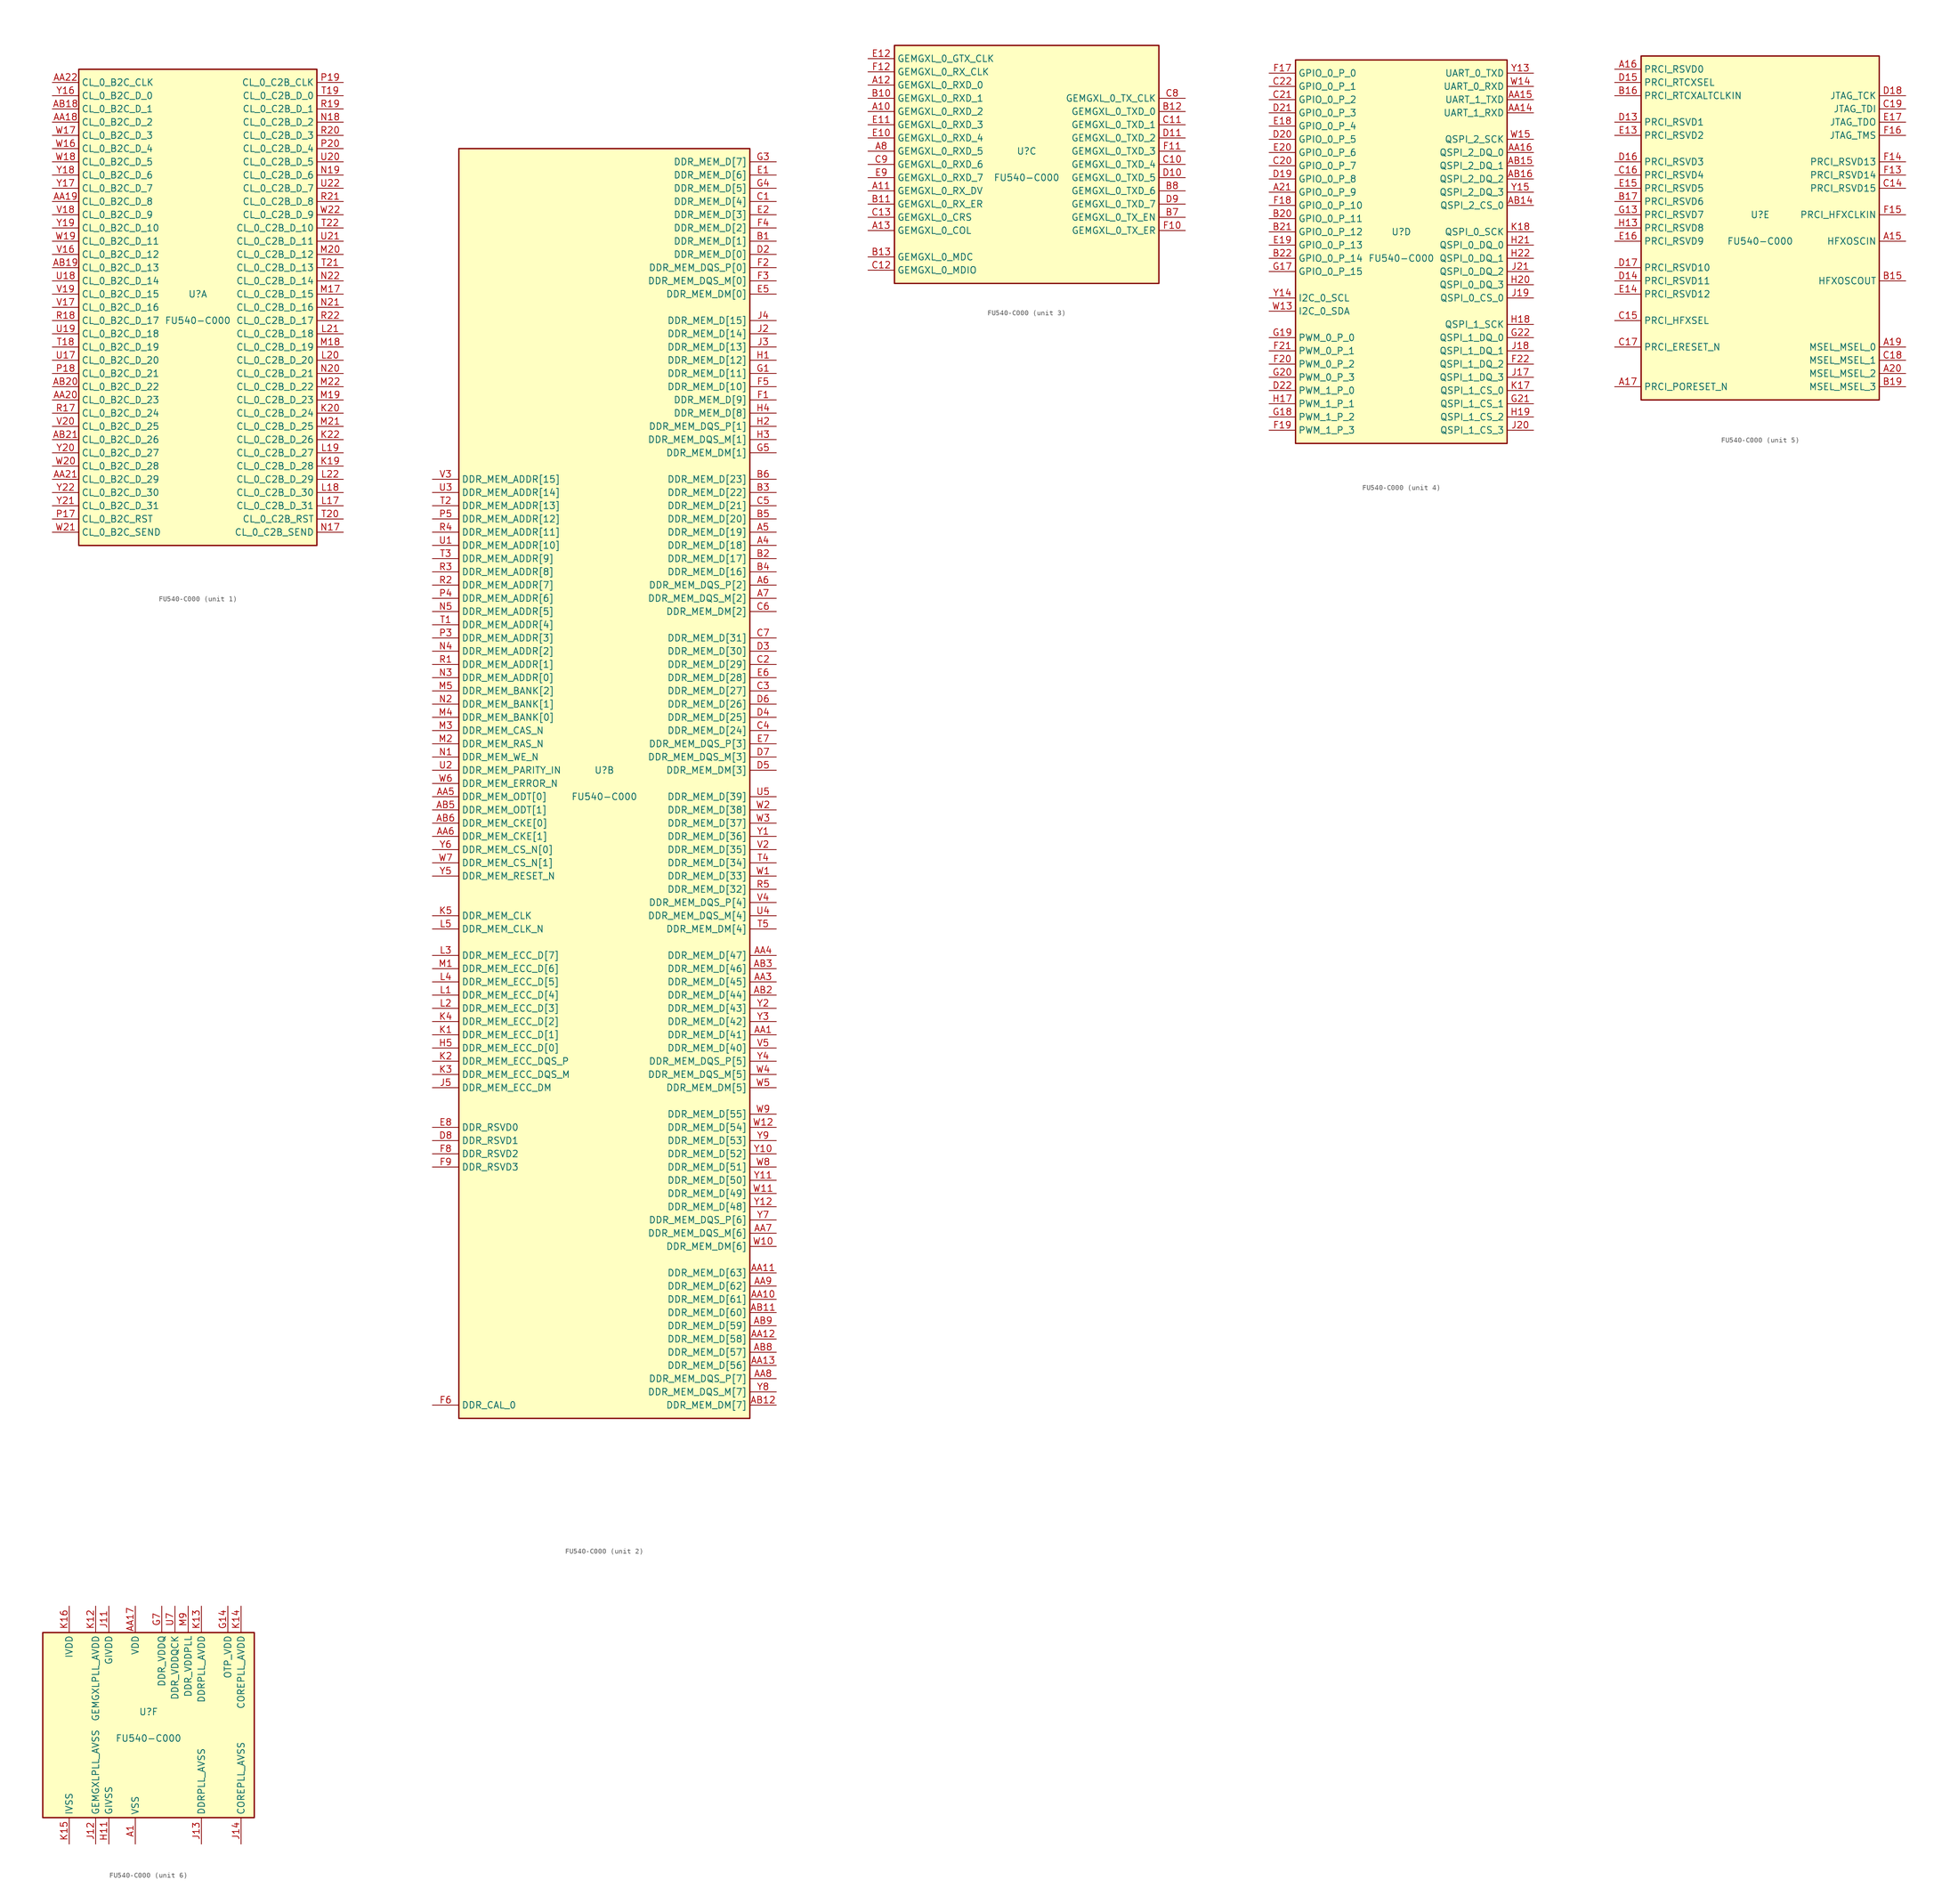
<source format=kicad_sym>
(kicad_symbol_lib
  (version 20211014)
  (generator kicad_symbol_editor)
  (symbol "FU540-C000"
    (property "Reference" "U"
      (at 0 2.54 0)
      (effects (font (size 1.27 1.27))))
    (property "Value" "FU540-C000"
      (at 0 -2.54 0)
      (effects (font (size 1.27 1.27))))
    (property "ki_locked" ""
      (at 0 0 0)
      (effects (font (size 1.27 1.27))))
    (symbol "FU540-C000_1_1"
      (rectangle (start -22.86 -45.72) (end 22.86 45.72) (stroke (width 0.254) (type default) (color 0 0 0 0)) (fill (type background)))
      (pin input line (at -27.94 35.56 0) (length 5.08) (name "CL_0_B2C_D_2" (effects (font (size 1.27 1.27)))) (number "AA18" (effects (font (size 1.27 1.27)))))
      (pin input line (at -27.94 20.32 0) (length 5.08) (name "CL_0_B2C_D_8" (effects (font (size 1.27 1.27)))) (number "AA19" (effects (font (size 1.27 1.27)))))
      (pin input line (at -27.94 -17.78 0) (length 5.08) (name "CL_0_B2C_D_23" (effects (font (size 1.27 1.27)))) (number "AA20" (effects (font (size 1.27 1.27)))))
      (pin input line (at -27.94 -33.02 0) (length 5.08) (name "CL_0_B2C_D_29" (effects (font (size 1.27 1.27)))) (number "AA21" (effects (font (size 1.27 1.27)))))
      (pin input line (at -27.94 43.18 0) (length 5.08) (name "CL_0_B2C_CLK" (effects (font (size 1.27 1.27)))) (number "AA22" (effects (font (size 1.27 1.27)))))
      (pin input line (at -27.94 38.1 0) (length 5.08) (name "CL_0_B2C_D_1" (effects (font (size 1.27 1.27)))) (number "AB18" (effects (font (size 1.27 1.27)))))
      (pin input line (at -27.94 7.62 0) (length 5.08) (name "CL_0_B2C_D_13" (effects (font (size 1.27 1.27)))) (number "AB19" (effects (font (size 1.27 1.27)))))
      (pin input line (at -27.94 -15.24 0) (length 5.08) (name "CL_0_B2C_D_22" (effects (font (size 1.27 1.27)))) (number "AB20" (effects (font (size 1.27 1.27)))))
      (pin input line (at -27.94 -25.4 0) (length 5.08) (name "CL_0_B2C_D_26" (effects (font (size 1.27 1.27)))) (number "AB21" (effects (font (size 1.27 1.27)))))
      (pin output line (at 27.94 -30.48 180) (length 5.08) (name "CL_0_C2B_D_28" (effects (font (size 1.27 1.27)))) (number "K19" (effects (font (size 1.27 1.27)))))
      (pin output line (at 27.94 -20.32 180) (length 5.08) (name "CL_0_C2B_D_24" (effects (font (size 1.27 1.27)))) (number "K20" (effects (font (size 1.27 1.27)))))
      (pin output line (at 27.94 -25.4 180) (length 5.08) (name "CL_0_C2B_D_26" (effects (font (size 1.27 1.27)))) (number "K22" (effects (font (size 1.27 1.27)))))
      (pin output line (at 27.94 -38.1 180) (length 5.08) (name "CL_0_C2B_D_31" (effects (font (size 1.27 1.27)))) (number "L17" (effects (font (size 1.27 1.27)))))
      (pin output line (at 27.94 -35.56 180) (length 5.08) (name "CL_0_C2B_D_30" (effects (font (size 1.27 1.27)))) (number "L18" (effects (font (size 1.27 1.27)))))
      (pin output line (at 27.94 -27.94 180) (length 5.08) (name "CL_0_C2B_D_27" (effects (font (size 1.27 1.27)))) (number "L19" (effects (font (size 1.27 1.27)))))
      (pin output line (at 27.94 -10.16 180) (length 5.08) (name "CL_0_C2B_D_20" (effects (font (size 1.27 1.27)))) (number "L20" (effects (font (size 1.27 1.27)))))
      (pin output line (at 27.94 -5.08 180) (length 5.08) (name "CL_0_C2B_D_18" (effects (font (size 1.27 1.27)))) (number "L21" (effects (font (size 1.27 1.27)))))
      (pin output line (at 27.94 -33.02 180) (length 5.08) (name "CL_0_C2B_D_29" (effects (font (size 1.27 1.27)))) (number "L22" (effects (font (size 1.27 1.27)))))
      (pin output line (at 27.94 2.54 180) (length 5.08) (name "CL_0_C2B_D_15" (effects (font (size 1.27 1.27)))) (number "M17" (effects (font (size 1.27 1.27)))))
      (pin output line (at 27.94 -7.62 180) (length 5.08) (name "CL_0_C2B_D_19" (effects (font (size 1.27 1.27)))) (number "M18" (effects (font (size 1.27 1.27)))))
      (pin output line (at 27.94 -17.78 180) (length 5.08) (name "CL_0_C2B_D_23" (effects (font (size 1.27 1.27)))) (number "M19" (effects (font (size 1.27 1.27)))))
      (pin output line (at 27.94 10.16 180) (length 5.08) (name "CL_0_C2B_D_12" (effects (font (size 1.27 1.27)))) (number "M20" (effects (font (size 1.27 1.27)))))
      (pin output line (at 27.94 -22.86 180) (length 5.08) (name "CL_0_C2B_D_25" (effects (font (size 1.27 1.27)))) (number "M21" (effects (font (size 1.27 1.27)))))
      (pin output line (at 27.94 -15.24 180) (length 5.08) (name "CL_0_C2B_D_22" (effects (font (size 1.27 1.27)))) (number "M22" (effects (font (size 1.27 1.27)))))
      (pin output line (at 27.94 -43.18 180) (length 5.08) (name "CL_0_C2B_SEND" (effects (font (size 1.27 1.27)))) (number "N17" (effects (font (size 1.27 1.27)))))
      (pin output line (at 27.94 35.56 180) (length 5.08) (name "CL_0_C2B_D_2" (effects (font (size 1.27 1.27)))) (number "N18" (effects (font (size 1.27 1.27)))))
      (pin output line (at 27.94 25.4 180) (length 5.08) (name "CL_0_C2B_D_6" (effects (font (size 1.27 1.27)))) (number "N19" (effects (font (size 1.27 1.27)))))
      (pin output line (at 27.94 -12.7 180) (length 5.08) (name "CL_0_C2B_D_21" (effects (font (size 1.27 1.27)))) (number "N20" (effects (font (size 1.27 1.27)))))
      (pin output line (at 27.94 0 180) (length 5.08) (name "CL_0_C2B_D_16" (effects (font (size 1.27 1.27)))) (number "N21" (effects (font (size 1.27 1.27)))))
      (pin output line (at 27.94 5.08 180) (length 5.08) (name "CL_0_C2B_D_14" (effects (font (size 1.27 1.27)))) (number "N22" (effects (font (size 1.27 1.27)))))
      (pin input line (at -27.94 -40.64 0) (length 5.08) (name "CL_0_B2C_RST" (effects (font (size 1.27 1.27)))) (number "P17" (effects (font (size 1.27 1.27)))))
      (pin input line (at -27.94 -12.7 0) (length 5.08) (name "CL_0_B2C_D_21" (effects (font (size 1.27 1.27)))) (number "P18" (effects (font (size 1.27 1.27)))))
      (pin output line (at 27.94 43.18 180) (length 5.08) (name "CL_0_C2B_CLK" (effects (font (size 1.27 1.27)))) (number "P19" (effects (font (size 1.27 1.27)))))
      (pin output line (at 27.94 30.48 180) (length 5.08) (name "CL_0_C2B_D_4" (effects (font (size 1.27 1.27)))) (number "P20" (effects (font (size 1.27 1.27)))))
      (pin input line (at -27.94 -20.32 0) (length 5.08) (name "CL_0_B2C_D_24" (effects (font (size 1.27 1.27)))) (number "R17" (effects (font (size 1.27 1.27)))))
      (pin input line (at -27.94 -2.54 0) (length 5.08) (name "CL_0_B2C_D_17" (effects (font (size 1.27 1.27)))) (number "R18" (effects (font (size 1.27 1.27)))))
      (pin output line (at 27.94 38.1 180) (length 5.08) (name "CL_0_C2B_D_1" (effects (font (size 1.27 1.27)))) (number "R19" (effects (font (size 1.27 1.27)))))
      (pin output line (at 27.94 33.02 180) (length 5.08) (name "CL_0_C2B_D_3" (effects (font (size 1.27 1.27)))) (number "R20" (effects (font (size 1.27 1.27)))))
      (pin output line (at 27.94 20.32 180) (length 5.08) (name "CL_0_C2B_D_8" (effects (font (size 1.27 1.27)))) (number "R21" (effects (font (size 1.27 1.27)))))
      (pin output line (at 27.94 -2.54 180) (length 5.08) (name "CL_0_C2B_D_17" (effects (font (size 1.27 1.27)))) (number "R22" (effects (font (size 1.27 1.27)))))
      (pin input line (at -27.94 -7.62 0) (length 5.08) (name "CL_0_B2C_D_19" (effects (font (size 1.27 1.27)))) (number "T18" (effects (font (size 1.27 1.27)))))
      (pin output line (at 27.94 40.64 180) (length 5.08) (name "CL_0_C2B_D_0" (effects (font (size 1.27 1.27)))) (number "T19" (effects (font (size 1.27 1.27)))))
      (pin output line (at 27.94 -40.64 180) (length 5.08) (name "CL_0_C2B_RST" (effects (font (size 1.27 1.27)))) (number "T20" (effects (font (size 1.27 1.27)))))
      (pin output line (at 27.94 7.62 180) (length 5.08) (name "CL_0_C2B_D_13" (effects (font (size 1.27 1.27)))) (number "T21" (effects (font (size 1.27 1.27)))))
      (pin output line (at 27.94 15.24 180) (length 5.08) (name "CL_0_C2B_D_10" (effects (font (size 1.27 1.27)))) (number "T22" (effects (font (size 1.27 1.27)))))
      (pin input line (at -27.94 -10.16 0) (length 5.08) (name "CL_0_B2C_D_20" (effects (font (size 1.27 1.27)))) (number "U17" (effects (font (size 1.27 1.27)))))
      (pin input line (at -27.94 5.08 0) (length 5.08) (name "CL_0_B2C_D_14" (effects (font (size 1.27 1.27)))) (number "U18" (effects (font (size 1.27 1.27)))))
      (pin input line (at -27.94 -5.08 0) (length 5.08) (name "CL_0_B2C_D_18" (effects (font (size 1.27 1.27)))) (number "U19" (effects (font (size 1.27 1.27)))))
      (pin output line (at 27.94 27.94 180) (length 5.08) (name "CL_0_C2B_D_5" (effects (font (size 1.27 1.27)))) (number "U20" (effects (font (size 1.27 1.27)))))
      (pin output line (at 27.94 12.7 180) (length 5.08) (name "CL_0_C2B_D_11" (effects (font (size 1.27 1.27)))) (number "U21" (effects (font (size 1.27 1.27)))))
      (pin output line (at 27.94 22.86 180) (length 5.08) (name "CL_0_C2B_D_7" (effects (font (size 1.27 1.27)))) (number "U22" (effects (font (size 1.27 1.27)))))
      (pin input line (at -27.94 10.16 0) (length 5.08) (name "CL_0_B2C_D_12" (effects (font (size 1.27 1.27)))) (number "V16" (effects (font (size 1.27 1.27)))))
      (pin input line (at -27.94 0 0) (length 5.08) (name "CL_0_B2C_D_16" (effects (font (size 1.27 1.27)))) (number "V17" (effects (font (size 1.27 1.27)))))
      (pin input line (at -27.94 17.78 0) (length 5.08) (name "CL_0_B2C_D_9" (effects (font (size 1.27 1.27)))) (number "V18" (effects (font (size 1.27 1.27)))))
      (pin input line (at -27.94 2.54 0) (length 5.08) (name "CL_0_B2C_D_15" (effects (font (size 1.27 1.27)))) (number "V19" (effects (font (size 1.27 1.27)))))
      (pin input line (at -27.94 -22.86 0) (length 5.08) (name "CL_0_B2C_D_25" (effects (font (size 1.27 1.27)))) (number "V20" (effects (font (size 1.27 1.27)))))
      (pin input line (at -27.94 30.48 0) (length 5.08) (name "CL_0_B2C_D_4" (effects (font (size 1.27 1.27)))) (number "W16" (effects (font (size 1.27 1.27)))))
      (pin input line (at -27.94 33.02 0) (length 5.08) (name "CL_0_B2C_D_3" (effects (font (size 1.27 1.27)))) (number "W17" (effects (font (size 1.27 1.27)))))
      (pin input line (at -27.94 27.94 0) (length 5.08) (name "CL_0_B2C_D_5" (effects (font (size 1.27 1.27)))) (number "W18" (effects (font (size 1.27 1.27)))))
      (pin input line (at -27.94 12.7 0) (length 5.08) (name "CL_0_B2C_D_11" (effects (font (size 1.27 1.27)))) (number "W19" (effects (font (size 1.27 1.27)))))
      (pin input line (at -27.94 -30.48 0) (length 5.08) (name "CL_0_B2C_D_28" (effects (font (size 1.27 1.27)))) (number "W20" (effects (font (size 1.27 1.27)))))
      (pin input line (at -27.94 -43.18 0) (length 5.08) (name "CL_0_B2C_SEND" (effects (font (size 1.27 1.27)))) (number "W21" (effects (font (size 1.27 1.27)))))
      (pin output line (at 27.94 17.78 180) (length 5.08) (name "CL_0_C2B_D_9" (effects (font (size 1.27 1.27)))) (number "W22" (effects (font (size 1.27 1.27)))))
      (pin input line (at -27.94 40.64 0) (length 5.08) (name "CL_0_B2C_D_0" (effects (font (size 1.27 1.27)))) (number "Y16" (effects (font (size 1.27 1.27)))))
      (pin input line (at -27.94 22.86 0) (length 5.08) (name "CL_0_B2C_D_7" (effects (font (size 1.27 1.27)))) (number "Y17" (effects (font (size 1.27 1.27)))))
      (pin input line (at -27.94 25.4 0) (length 5.08) (name "CL_0_B2C_D_6" (effects (font (size 1.27 1.27)))) (number "Y18" (effects (font (size 1.27 1.27)))))
      (pin input line (at -27.94 15.24 0) (length 5.08) (name "CL_0_B2C_D_10" (effects (font (size 1.27 1.27)))) (number "Y19" (effects (font (size 1.27 1.27)))))
      (pin input line (at -27.94 -27.94 0) (length 5.08) (name "CL_0_B2C_D_27" (effects (font (size 1.27 1.27)))) (number "Y20" (effects (font (size 1.27 1.27)))))
      (pin input line (at -27.94 -38.1 0) (length 5.08) (name "CL_0_B2C_D_31" (effects (font (size 1.27 1.27)))) (number "Y21" (effects (font (size 1.27 1.27)))))
      (pin input line (at -27.94 -35.56 0) (length 5.08) (name "CL_0_B2C_D_30" (effects (font (size 1.27 1.27)))) (number "Y22" (effects (font (size 1.27 1.27))))))
    (symbol "FU540-C000_2_1"
      (rectangle (start -27.94 -121.92) (end 27.94 121.92) (stroke (width 0.254) (type default) (color 0 0 0 0)) (fill (type background)))
      (pin bidirectional line (at 33.02 45.72 180) (length 5.08) (name "DDR_MEM_D[18]" (effects (font (size 1.27 1.27)))) (number "A4" (effects (font (size 1.27 1.27)))))
      (pin bidirectional line (at 33.02 48.26 180) (length 5.08) (name "DDR_MEM_D[19]" (effects (font (size 1.27 1.27)))) (number "A5" (effects (font (size 1.27 1.27)))))
      (pin bidirectional line (at 33.02 38.1 180) (length 5.08) (name "DDR_MEM_DQS_P[2]" (effects (font (size 1.27 1.27)))) (number "A6" (effects (font (size 1.27 1.27)))))
      (pin bidirectional line (at 33.02 35.56 180) (length 5.08) (name "DDR_MEM_DQS_M[2]" (effects (font (size 1.27 1.27)))) (number "A7" (effects (font (size 1.27 1.27)))))
      (pin bidirectional line (at 33.02 -48.26 180) (length 5.08) (name "DDR_MEM_D[41]" (effects (font (size 1.27 1.27)))) (number "AA1" (effects (font (size 1.27 1.27)))))
      (pin bidirectional line (at 33.02 -99.06 180) (length 5.08) (name "DDR_MEM_D[61]" (effects (font (size 1.27 1.27)))) (number "AA10" (effects (font (size 1.27 1.27)))))
      (pin bidirectional line (at 33.02 -93.98 180) (length 5.08) (name "DDR_MEM_D[63]" (effects (font (size 1.27 1.27)))) (number "AA11" (effects (font (size 1.27 1.27)))))
      (pin bidirectional line (at 33.02 -106.68 180) (length 5.08) (name "DDR_MEM_D[58]" (effects (font (size 1.27 1.27)))) (number "AA12" (effects (font (size 1.27 1.27)))))
      (pin bidirectional line (at 33.02 -111.76 180) (length 5.08) (name "DDR_MEM_D[56]" (effects (font (size 1.27 1.27)))) (number "AA13" (effects (font (size 1.27 1.27)))))
      (pin bidirectional line (at 33.02 -38.1 180) (length 5.08) (name "DDR_MEM_D[45]" (effects (font (size 1.27 1.27)))) (number "AA3" (effects (font (size 1.27 1.27)))))
      (pin bidirectional line (at 33.02 -33.02 180) (length 5.08) (name "DDR_MEM_D[47]" (effects (font (size 1.27 1.27)))) (number "AA4" (effects (font (size 1.27 1.27)))))
      (pin output line (at -33.02 -2.54 0) (length 5.08) (name "DDR_MEM_ODT[0]" (effects (font (size 1.27 1.27)))) (number "AA5" (effects (font (size 1.27 1.27)))))
      (pin output line (at -33.02 -10.16 0) (length 5.08) (name "DDR_MEM_CKE[1]" (effects (font (size 1.27 1.27)))) (number "AA6" (effects (font (size 1.27 1.27)))))
      (pin bidirectional line (at 33.02 -86.36 180) (length 5.08) (name "DDR_MEM_DQS_M[6]" (effects (font (size 1.27 1.27)))) (number "AA7" (effects (font (size 1.27 1.27)))))
      (pin bidirectional line (at 33.02 -114.3 180) (length 5.08) (name "DDR_MEM_DQS_P[7]" (effects (font (size 1.27 1.27)))) (number "AA8" (effects (font (size 1.27 1.27)))))
      (pin bidirectional line (at 33.02 -96.52 180) (length 5.08) (name "DDR_MEM_D[62]" (effects (font (size 1.27 1.27)))) (number "AA9" (effects (font (size 1.27 1.27)))))
      (pin bidirectional line (at 33.02 -101.6 180) (length 5.08) (name "DDR_MEM_D[60]" (effects (font (size 1.27 1.27)))) (number "AB11" (effects (font (size 1.27 1.27)))))
      (pin bidirectional line (at 33.02 -119.38 180) (length 5.08) (name "DDR_MEM_DM[7]" (effects (font (size 1.27 1.27)))) (number "AB12" (effects (font (size 1.27 1.27)))))
      (pin bidirectional line (at 33.02 -40.64 180) (length 5.08) (name "DDR_MEM_D[44]" (effects (font (size 1.27 1.27)))) (number "AB2" (effects (font (size 1.27 1.27)))))
      (pin bidirectional line (at 33.02 -35.56 180) (length 5.08) (name "DDR_MEM_D[46]" (effects (font (size 1.27 1.27)))) (number "AB3" (effects (font (size 1.27 1.27)))))
      (pin output line (at -33.02 -5.08 0) (length 5.08) (name "DDR_MEM_ODT[1]" (effects (font (size 1.27 1.27)))) (number "AB5" (effects (font (size 1.27 1.27)))))
      (pin output line (at -33.02 -7.62 0) (length 5.08) (name "DDR_MEM_CKE[0]" (effects (font (size 1.27 1.27)))) (number "AB6" (effects (font (size 1.27 1.27)))))
      (pin bidirectional line (at 33.02 -109.22 180) (length 5.08) (name "DDR_MEM_D[57]" (effects (font (size 1.27 1.27)))) (number "AB8" (effects (font (size 1.27 1.27)))))
      (pin bidirectional line (at 33.02 -104.14 180) (length 5.08) (name "DDR_MEM_D[59]" (effects (font (size 1.27 1.27)))) (number "AB9" (effects (font (size 1.27 1.27)))))
      (pin bidirectional line (at 33.02 104.14 180) (length 5.08) (name "DDR_MEM_D[1]" (effects (font (size 1.27 1.27)))) (number "B1" (effects (font (size 1.27 1.27)))))
      (pin bidirectional line (at 33.02 43.18 180) (length 5.08) (name "DDR_MEM_D[17]" (effects (font (size 1.27 1.27)))) (number "B2" (effects (font (size 1.27 1.27)))))
      (pin bidirectional line (at 33.02 55.88 180) (length 5.08) (name "DDR_MEM_D[22]" (effects (font (size 1.27 1.27)))) (number "B3" (effects (font (size 1.27 1.27)))))
      (pin bidirectional line (at 33.02 40.64 180) (length 5.08) (name "DDR_MEM_D[16]" (effects (font (size 1.27 1.27)))) (number "B4" (effects (font (size 1.27 1.27)))))
      (pin bidirectional line (at 33.02 50.8 180) (length 5.08) (name "DDR_MEM_D[20]" (effects (font (size 1.27 1.27)))) (number "B5" (effects (font (size 1.27 1.27)))))
      (pin bidirectional line (at 33.02 58.42 180) (length 5.08) (name "DDR_MEM_D[23]" (effects (font (size 1.27 1.27)))) (number "B6" (effects (font (size 1.27 1.27)))))
      (pin bidirectional line (at 33.02 111.76 180) (length 5.08) (name "DDR_MEM_D[4]" (effects (font (size 1.27 1.27)))) (number "C1" (effects (font (size 1.27 1.27)))))
      (pin bidirectional line (at 33.02 22.86 180) (length 5.08) (name "DDR_MEM_D[29]" (effects (font (size 1.27 1.27)))) (number "C2" (effects (font (size 1.27 1.27)))))
      (pin bidirectional line (at 33.02 17.78 180) (length 5.08) (name "DDR_MEM_D[27]" (effects (font (size 1.27 1.27)))) (number "C3" (effects (font (size 1.27 1.27)))))
      (pin bidirectional line (at 33.02 10.16 180) (length 5.08) (name "DDR_MEM_D[24]" (effects (font (size 1.27 1.27)))) (number "C4" (effects (font (size 1.27 1.27)))))
      (pin bidirectional line (at 33.02 53.34 180) (length 5.08) (name "DDR_MEM_D[21]" (effects (font (size 1.27 1.27)))) (number "C5" (effects (font (size 1.27 1.27)))))
      (pin bidirectional line (at 33.02 33.02 180) (length 5.08) (name "DDR_MEM_DM[2]" (effects (font (size 1.27 1.27)))) (number "C6" (effects (font (size 1.27 1.27)))))
      (pin bidirectional line (at 33.02 27.94 180) (length 5.08) (name "DDR_MEM_D[31]" (effects (font (size 1.27 1.27)))) (number "C7" (effects (font (size 1.27 1.27)))))
      (pin bidirectional line (at 33.02 101.6 180) (length 5.08) (name "DDR_MEM_D[0]" (effects (font (size 1.27 1.27)))) (number "D2" (effects (font (size 1.27 1.27)))))
      (pin bidirectional line (at 33.02 25.4 180) (length 5.08) (name "DDR_MEM_D[30]" (effects (font (size 1.27 1.27)))) (number "D3" (effects (font (size 1.27 1.27)))))
      (pin bidirectional line (at 33.02 12.7 180) (length 5.08) (name "DDR_MEM_D[25]" (effects (font (size 1.27 1.27)))) (number "D4" (effects (font (size 1.27 1.27)))))
      (pin bidirectional line (at 33.02 2.54 180) (length 5.08) (name "DDR_MEM_DM[3]" (effects (font (size 1.27 1.27)))) (number "D5" (effects (font (size 1.27 1.27)))))
      (pin bidirectional line (at 33.02 15.24 180) (length 5.08) (name "DDR_MEM_D[26]" (effects (font (size 1.27 1.27)))) (number "D6" (effects (font (size 1.27 1.27)))))
      (pin bidirectional line (at 33.02 5.08 180) (length 5.08) (name "DDR_MEM_DQS_M[3]" (effects (font (size 1.27 1.27)))) (number "D7" (effects (font (size 1.27 1.27)))))
      (pin passive line (at -33.02 -68.58 0) (length 5.08) (name "DDR_RSVD1" (effects (font (size 1.27 1.27)))) (number "D8" (effects (font (size 1.27 1.27)))))
      (pin bidirectional line (at 33.02 116.84 180) (length 5.08) (name "DDR_MEM_D[6]" (effects (font (size 1.27 1.27)))) (number "E1" (effects (font (size 1.27 1.27)))))
      (pin bidirectional line (at 33.02 109.22 180) (length 5.08) (name "DDR_MEM_D[3]" (effects (font (size 1.27 1.27)))) (number "E2" (effects (font (size 1.27 1.27)))))
      (pin bidirectional line (at 33.02 93.98 180) (length 5.08) (name "DDR_MEM_DM[0]" (effects (font (size 1.27 1.27)))) (number "E5" (effects (font (size 1.27 1.27)))))
      (pin bidirectional line (at 33.02 20.32 180) (length 5.08) (name "DDR_MEM_D[28]" (effects (font (size 1.27 1.27)))) (number "E6" (effects (font (size 1.27 1.27)))))
      (pin bidirectional line (at 33.02 7.62 180) (length 5.08) (name "DDR_MEM_DQS_P[3]" (effects (font (size 1.27 1.27)))) (number "E7" (effects (font (size 1.27 1.27)))))
      (pin passive line (at -33.02 -66.04 0) (length 5.08) (name "DDR_RSVD0" (effects (font (size 1.27 1.27)))) (number "E8" (effects (font (size 1.27 1.27)))))
      (pin bidirectional line (at 33.02 73.66 180) (length 5.08) (name "DDR_MEM_D[9]" (effects (font (size 1.27 1.27)))) (number "F1" (effects (font (size 1.27 1.27)))))
      (pin bidirectional line (at 33.02 99.06 180) (length 5.08) (name "DDR_MEM_DQS_P[0]" (effects (font (size 1.27 1.27)))) (number "F2" (effects (font (size 1.27 1.27)))))
      (pin bidirectional line (at 33.02 96.52 180) (length 5.08) (name "DDR_MEM_DQS_M[0]" (effects (font (size 1.27 1.27)))) (number "F3" (effects (font (size 1.27 1.27)))))
      (pin bidirectional line (at 33.02 106.68 180) (length 5.08) (name "DDR_MEM_D[2]" (effects (font (size 1.27 1.27)))) (number "F4" (effects (font (size 1.27 1.27)))))
      (pin bidirectional line (at 33.02 76.2 180) (length 5.08) (name "DDR_MEM_D[10]" (effects (font (size 1.27 1.27)))) (number "F5" (effects (font (size 1.27 1.27)))))
      (pin passive line (at -33.02 -119.38 0) (length 5.08) (name "DDR_CAL_0" (effects (font (size 1.27 1.27)))) (number "F6" (effects (font (size 1.27 1.27)))))
      (pin passive line (at -33.02 -71.12 0) (length 5.08) (name "DDR_RSVD2" (effects (font (size 1.27 1.27)))) (number "F8" (effects (font (size 1.27 1.27)))))
      (pin passive line (at -33.02 -73.66 0) (length 5.08) (name "DDR_RSVD3" (effects (font (size 1.27 1.27)))) (number "F9" (effects (font (size 1.27 1.27)))))
      (pin bidirectional line (at 33.02 78.74 180) (length 5.08) (name "DDR_MEM_D[11]" (effects (font (size 1.27 1.27)))) (number "G1" (effects (font (size 1.27 1.27)))))
      (pin bidirectional line (at 33.02 119.38 180) (length 5.08) (name "DDR_MEM_D[7]" (effects (font (size 1.27 1.27)))) (number "G3" (effects (font (size 1.27 1.27)))))
      (pin bidirectional line (at 33.02 114.3 180) (length 5.08) (name "DDR_MEM_D[5]" (effects (font (size 1.27 1.27)))) (number "G4" (effects (font (size 1.27 1.27)))))
      (pin bidirectional line (at 33.02 63.5 180) (length 5.08) (name "DDR_MEM_DM[1]" (effects (font (size 1.27 1.27)))) (number "G5" (effects (font (size 1.27 1.27)))))
      (pin bidirectional line (at 33.02 81.28 180) (length 5.08) (name "DDR_MEM_D[12]" (effects (font (size 1.27 1.27)))) (number "H1" (effects (font (size 1.27 1.27)))))
      (pin bidirectional line (at 33.02 68.58 180) (length 5.08) (name "DDR_MEM_DQS_P[1]" (effects (font (size 1.27 1.27)))) (number "H2" (effects (font (size 1.27 1.27)))))
      (pin bidirectional line (at 33.02 66.04 180) (length 5.08) (name "DDR_MEM_DQS_M[1]" (effects (font (size 1.27 1.27)))) (number "H3" (effects (font (size 1.27 1.27)))))
      (pin bidirectional line (at 33.02 71.12 180) (length 5.08) (name "DDR_MEM_D[8]" (effects (font (size 1.27 1.27)))) (number "H4" (effects (font (size 1.27 1.27)))))
      (pin bidirectional line (at -33.02 -50.8 0) (length 5.08) (name "DDR_MEM_ECC_D[0]" (effects (font (size 1.27 1.27)))) (number "H5" (effects (font (size 1.27 1.27)))))
      (pin bidirectional line (at 33.02 86.36 180) (length 5.08) (name "DDR_MEM_D[14]" (effects (font (size 1.27 1.27)))) (number "J2" (effects (font (size 1.27 1.27)))))
      (pin bidirectional line (at 33.02 83.82 180) (length 5.08) (name "DDR_MEM_D[13]" (effects (font (size 1.27 1.27)))) (number "J3" (effects (font (size 1.27 1.27)))))
      (pin bidirectional line (at 33.02 88.9 180) (length 5.08) (name "DDR_MEM_D[15]" (effects (font (size 1.27 1.27)))) (number "J4" (effects (font (size 1.27 1.27)))))
      (pin bidirectional line (at -33.02 -58.42 0) (length 5.08) (name "DDR_MEM_ECC_DM" (effects (font (size 1.27 1.27)))) (number "J5" (effects (font (size 1.27 1.27)))))
      (pin bidirectional line (at -33.02 -48.26 0) (length 5.08) (name "DDR_MEM_ECC_D[1]" (effects (font (size 1.27 1.27)))) (number "K1" (effects (font (size 1.27 1.27)))))
      (pin bidirectional line (at -33.02 -53.34 0) (length 5.08) (name "DDR_MEM_ECC_DQS_P" (effects (font (size 1.27 1.27)))) (number "K2" (effects (font (size 1.27 1.27)))))
      (pin bidirectional line (at -33.02 -55.88 0) (length 5.08) (name "DDR_MEM_ECC_DQS_M" (effects (font (size 1.27 1.27)))) (number "K3" (effects (font (size 1.27 1.27)))))
      (pin bidirectional line (at -33.02 -45.72 0) (length 5.08) (name "DDR_MEM_ECC_D[2]" (effects (font (size 1.27 1.27)))) (number "K4" (effects (font (size 1.27 1.27)))))
      (pin output line (at -33.02 -25.4 0) (length 5.08) (name "DDR_MEM_CLK" (effects (font (size 1.27 1.27)))) (number "K5" (effects (font (size 1.27 1.27)))))
      (pin bidirectional line (at -33.02 -40.64 0) (length 5.08) (name "DDR_MEM_ECC_D[4]" (effects (font (size 1.27 1.27)))) (number "L1" (effects (font (size 1.27 1.27)))))
      (pin bidirectional line (at -33.02 -43.18 0) (length 5.08) (name "DDR_MEM_ECC_D[3]" (effects (font (size 1.27 1.27)))) (number "L2" (effects (font (size 1.27 1.27)))))
      (pin bidirectional line (at -33.02 -33.02 0) (length 5.08) (name "DDR_MEM_ECC_D[7]" (effects (font (size 1.27 1.27)))) (number "L3" (effects (font (size 1.27 1.27)))))
      (pin bidirectional line (at -33.02 -38.1 0) (length 5.08) (name "DDR_MEM_ECC_D[5]" (effects (font (size 1.27 1.27)))) (number "L4" (effects (font (size 1.27 1.27)))))
      (pin output line (at -33.02 -27.94 0) (length 5.08) (name "DDR_MEM_CLK_N" (effects (font (size 1.27 1.27)))) (number "L5" (effects (font (size 1.27 1.27)))))
      (pin bidirectional line (at -33.02 -35.56 0) (length 5.08) (name "DDR_MEM_ECC_D[6]" (effects (font (size 1.27 1.27)))) (number "M1" (effects (font (size 1.27 1.27)))))
      (pin output line (at -33.02 7.62 0) (length 5.08) (name "DDR_MEM_RAS_N" (effects (font (size 1.27 1.27)))) (number "M2" (effects (font (size 1.27 1.27)))))
      (pin output line (at -33.02 10.16 0) (length 5.08) (name "DDR_MEM_CAS_N" (effects (font (size 1.27 1.27)))) (number "M3" (effects (font (size 1.27 1.27)))))
      (pin output line (at -33.02 12.7 0) (length 5.08) (name "DDR_MEM_BANK[0]" (effects (font (size 1.27 1.27)))) (number "M4" (effects (font (size 1.27 1.27)))))
      (pin output line (at -33.02 17.78 0) (length 5.08) (name "DDR_MEM_BANK[2]" (effects (font (size 1.27 1.27)))) (number "M5" (effects (font (size 1.27 1.27)))))
      (pin output line (at -33.02 5.08 0) (length 5.08) (name "DDR_MEM_WE_N" (effects (font (size 1.27 1.27)))) (number "N1" (effects (font (size 1.27 1.27)))))
      (pin output line (at -33.02 15.24 0) (length 5.08) (name "DDR_MEM_BANK[1]" (effects (font (size 1.27 1.27)))) (number "N2" (effects (font (size 1.27 1.27)))))
      (pin output line (at -33.02 20.32 0) (length 5.08) (name "DDR_MEM_ADDR[0]" (effects (font (size 1.27 1.27)))) (number "N3" (effects (font (size 1.27 1.27)))))
      (pin output line (at -33.02 25.4 0) (length 5.08) (name "DDR_MEM_ADDR[2]" (effects (font (size 1.27 1.27)))) (number "N4" (effects (font (size 1.27 1.27)))))
      (pin output line (at -33.02 33.02 0) (length 5.08) (name "DDR_MEM_ADDR[5]" (effects (font (size 1.27 1.27)))) (number "N5" (effects (font (size 1.27 1.27)))))
      (pin output line (at -33.02 27.94 0) (length 5.08) (name "DDR_MEM_ADDR[3]" (effects (font (size 1.27 1.27)))) (number "P3" (effects (font (size 1.27 1.27)))))
      (pin output line (at -33.02 35.56 0) (length 5.08) (name "DDR_MEM_ADDR[6]" (effects (font (size 1.27 1.27)))) (number "P4" (effects (font (size 1.27 1.27)))))
      (pin output line (at -33.02 50.8 0) (length 5.08) (name "DDR_MEM_ADDR[12]" (effects (font (size 1.27 1.27)))) (number "P5" (effects (font (size 1.27 1.27)))))
      (pin output line (at -33.02 22.86 0) (length 5.08) (name "DDR_MEM_ADDR[1]" (effects (font (size 1.27 1.27)))) (number "R1" (effects (font (size 1.27 1.27)))))
      (pin output line (at -33.02 38.1 0) (length 5.08) (name "DDR_MEM_ADDR[7]" (effects (font (size 1.27 1.27)))) (number "R2" (effects (font (size 1.27 1.27)))))
      (pin output line (at -33.02 40.64 0) (length 5.08) (name "DDR_MEM_ADDR[8]" (effects (font (size 1.27 1.27)))) (number "R3" (effects (font (size 1.27 1.27)))))
      (pin output line (at -33.02 48.26 0) (length 5.08) (name "DDR_MEM_ADDR[11]" (effects (font (size 1.27 1.27)))) (number "R4" (effects (font (size 1.27 1.27)))))
      (pin bidirectional line (at 33.02 -20.32 180) (length 5.08) (name "DDR_MEM_D[32]" (effects (font (size 1.27 1.27)))) (number "R5" (effects (font (size 1.27 1.27)))))
      (pin output line (at -33.02 30.48 0) (length 5.08) (name "DDR_MEM_ADDR[4]" (effects (font (size 1.27 1.27)))) (number "T1" (effects (font (size 1.27 1.27)))))
      (pin output line (at -33.02 53.34 0) (length 5.08) (name "DDR_MEM_ADDR[13]" (effects (font (size 1.27 1.27)))) (number "T2" (effects (font (size 1.27 1.27)))))
      (pin output line (at -33.02 43.18 0) (length 5.08) (name "DDR_MEM_ADDR[9]" (effects (font (size 1.27 1.27)))) (number "T3" (effects (font (size 1.27 1.27)))))
      (pin bidirectional line (at 33.02 -15.24 180) (length 5.08) (name "DDR_MEM_D[34]" (effects (font (size 1.27 1.27)))) (number "T4" (effects (font (size 1.27 1.27)))))
      (pin bidirectional line (at 33.02 -27.94 180) (length 5.08) (name "DDR_MEM_DM[4]" (effects (font (size 1.27 1.27)))) (number "T5" (effects (font (size 1.27 1.27)))))
      (pin output line (at -33.02 45.72 0) (length 5.08) (name "DDR_MEM_ADDR[10]" (effects (font (size 1.27 1.27)))) (number "U1" (effects (font (size 1.27 1.27)))))
      (pin output line (at -33.02 2.54 0) (length 5.08) (name "DDR_MEM_PARITY_IN" (effects (font (size 1.27 1.27)))) (number "U2" (effects (font (size 1.27 1.27)))))
      (pin output line (at -33.02 55.88 0) (length 5.08) (name "DDR_MEM_ADDR[14]" (effects (font (size 1.27 1.27)))) (number "U3" (effects (font (size 1.27 1.27)))))
      (pin bidirectional line (at 33.02 -25.4 180) (length 5.08) (name "DDR_MEM_DQS_M[4]" (effects (font (size 1.27 1.27)))) (number "U4" (effects (font (size 1.27 1.27)))))
      (pin bidirectional line (at 33.02 -2.54 180) (length 5.08) (name "DDR_MEM_D[39]" (effects (font (size 1.27 1.27)))) (number "U5" (effects (font (size 1.27 1.27)))))
      (pin bidirectional line (at 33.02 -12.7 180) (length 5.08) (name "DDR_MEM_D[35]" (effects (font (size 1.27 1.27)))) (number "V2" (effects (font (size 1.27 1.27)))))
      (pin output line (at -33.02 58.42 0) (length 5.08) (name "DDR_MEM_ADDR[15]" (effects (font (size 1.27 1.27)))) (number "V3" (effects (font (size 1.27 1.27)))))
      (pin bidirectional line (at 33.02 -22.86 180) (length 5.08) (name "DDR_MEM_DQS_P[4]" (effects (font (size 1.27 1.27)))) (number "V4" (effects (font (size 1.27 1.27)))))
      (pin bidirectional line (at 33.02 -50.8 180) (length 5.08) (name "DDR_MEM_D[40]" (effects (font (size 1.27 1.27)))) (number "V5" (effects (font (size 1.27 1.27)))))
      (pin bidirectional line (at 33.02 -17.78 180) (length 5.08) (name "DDR_MEM_D[33]" (effects (font (size 1.27 1.27)))) (number "W1" (effects (font (size 1.27 1.27)))))
      (pin bidirectional line (at 33.02 -88.9 180) (length 5.08) (name "DDR_MEM_DM[6]" (effects (font (size 1.27 1.27)))) (number "W10" (effects (font (size 1.27 1.27)))))
      (pin bidirectional line (at 33.02 -78.74 180) (length 5.08) (name "DDR_MEM_D[49]" (effects (font (size 1.27 1.27)))) (number "W11" (effects (font (size 1.27 1.27)))))
      (pin bidirectional line (at 33.02 -66.04 180) (length 5.08) (name "DDR_MEM_D[54]" (effects (font (size 1.27 1.27)))) (number "W12" (effects (font (size 1.27 1.27)))))
      (pin bidirectional line (at 33.02 -5.08 180) (length 5.08) (name "DDR_MEM_D[38]" (effects (font (size 1.27 1.27)))) (number "W2" (effects (font (size 1.27 1.27)))))
      (pin bidirectional line (at 33.02 -7.62 180) (length 5.08) (name "DDR_MEM_D[37]" (effects (font (size 1.27 1.27)))) (number "W3" (effects (font (size 1.27 1.27)))))
      (pin bidirectional line (at 33.02 -55.88 180) (length 5.08) (name "DDR_MEM_DQS_M[5]" (effects (font (size 1.27 1.27)))) (number "W4" (effects (font (size 1.27 1.27)))))
      (pin bidirectional line (at 33.02 -58.42 180) (length 5.08) (name "DDR_MEM_DM[5]" (effects (font (size 1.27 1.27)))) (number "W5" (effects (font (size 1.27 1.27)))))
      (pin input line (at -33.02 0 0) (length 5.08) (name "DDR_MEM_ERROR_N" (effects (font (size 1.27 1.27)))) (number "W6" (effects (font (size 1.27 1.27)))))
      (pin output line (at -33.02 -15.24 0) (length 5.08) (name "DDR_MEM_CS_N[1]" (effects (font (size 1.27 1.27)))) (number "W7" (effects (font (size 1.27 1.27)))))
      (pin bidirectional line (at 33.02 -73.66 180) (length 5.08) (name "DDR_MEM_D[51]" (effects (font (size 1.27 1.27)))) (number "W8" (effects (font (size 1.27 1.27)))))
      (pin bidirectional line (at 33.02 -63.5 180) (length 5.08) (name "DDR_MEM_D[55]" (effects (font (size 1.27 1.27)))) (number "W9" (effects (font (size 1.27 1.27)))))
      (pin bidirectional line (at 33.02 -10.16 180) (length 5.08) (name "DDR_MEM_D[36]" (effects (font (size 1.27 1.27)))) (number "Y1" (effects (font (size 1.27 1.27)))))
      (pin bidirectional line (at 33.02 -71.12 180) (length 5.08) (name "DDR_MEM_D[52]" (effects (font (size 1.27 1.27)))) (number "Y10" (effects (font (size 1.27 1.27)))))
      (pin bidirectional line (at 33.02 -76.2 180) (length 5.08) (name "DDR_MEM_D[50]" (effects (font (size 1.27 1.27)))) (number "Y11" (effects (font (size 1.27 1.27)))))
      (pin bidirectional line (at 33.02 -81.28 180) (length 5.08) (name "DDR_MEM_D[48]" (effects (font (size 1.27 1.27)))) (number "Y12" (effects (font (size 1.27 1.27)))))
      (pin bidirectional line (at 33.02 -43.18 180) (length 5.08) (name "DDR_MEM_D[43]" (effects (font (size 1.27 1.27)))) (number "Y2" (effects (font (size 1.27 1.27)))))
      (pin bidirectional line (at 33.02 -45.72 180) (length 5.08) (name "DDR_MEM_D[42]" (effects (font (size 1.27 1.27)))) (number "Y3" (effects (font (size 1.27 1.27)))))
      (pin bidirectional line (at 33.02 -53.34 180) (length 5.08) (name "DDR_MEM_DQS_P[5]" (effects (font (size 1.27 1.27)))) (number "Y4" (effects (font (size 1.27 1.27)))))
      (pin output line (at -33.02 -17.78 0) (length 5.08) (name "DDR_MEM_RESET_N" (effects (font (size 1.27 1.27)))) (number "Y5" (effects (font (size 1.27 1.27)))))
      (pin output line (at -33.02 -12.7 0) (length 5.08) (name "DDR_MEM_CS_N[0]" (effects (font (size 1.27 1.27)))) (number "Y6" (effects (font (size 1.27 1.27)))))
      (pin bidirectional line (at 33.02 -83.82 180) (length 5.08) (name "DDR_MEM_DQS_P[6]" (effects (font (size 1.27 1.27)))) (number "Y7" (effects (font (size 1.27 1.27)))))
      (pin bidirectional line (at 33.02 -116.84 180) (length 5.08) (name "DDR_MEM_DQS_M[7]" (effects (font (size 1.27 1.27)))) (number "Y8" (effects (font (size 1.27 1.27)))))
      (pin bidirectional line (at 33.02 -68.58 180) (length 5.08) (name "DDR_MEM_D[53]" (effects (font (size 1.27 1.27)))) (number "Y9" (effects (font (size 1.27 1.27))))))
    (symbol "FU540-C000_3_1"
      (rectangle (start -25.4 -22.86) (end 25.4 22.86) (stroke (width 0.254) (type default) (color 0 0 0 0)) (fill (type background)))
      (pin input line (at -30.48 10.16 0) (length 5.08) (name "GEMGXL_0_RXD_2" (effects (font (size 1.27 1.27)))) (number "A10" (effects (font (size 1.27 1.27)))))
      (pin input line (at -30.48 -5.08 0) (length 5.08) (name "GEMGXL_0_RX_DV" (effects (font (size 1.27 1.27)))) (number "A11" (effects (font (size 1.27 1.27)))))
      (pin input line (at -30.48 15.24 0) (length 5.08) (name "GEMGXL_0_RXD_0" (effects (font (size 1.27 1.27)))) (number "A12" (effects (font (size 1.27 1.27)))))
      (pin input line (at -30.48 -12.7 0) (length 5.08) (name "GEMGXL_0_COL" (effects (font (size 1.27 1.27)))) (number "A13" (effects (font (size 1.27 1.27)))))
      (pin input line (at -30.48 2.54 0) (length 5.08) (name "GEMGXL_0_RXD_5" (effects (font (size 1.27 1.27)))) (number "A8" (effects (font (size 1.27 1.27)))))
      (pin input line (at -30.48 12.7 0) (length 5.08) (name "GEMGXL_0_RXD_1" (effects (font (size 1.27 1.27)))) (number "B10" (effects (font (size 1.27 1.27)))))
      (pin input line (at -30.48 -7.62 0) (length 5.08) (name "GEMGXL_0_RX_ER" (effects (font (size 1.27 1.27)))) (number "B11" (effects (font (size 1.27 1.27)))))
      (pin output line (at 30.48 10.16 180) (length 5.08) (name "GEMGXL_0_TXD_0" (effects (font (size 1.27 1.27)))) (number "B12" (effects (font (size 1.27 1.27)))))
      (pin output line (at -30.48 -17.78 0) (length 5.08) (name "GEMGXL_0_MDC" (effects (font (size 1.27 1.27)))) (number "B13" (effects (font (size 1.27 1.27)))))
      (pin output line (at 30.48 -10.16 180) (length 5.08) (name "GEMGXL_0_TX_EN" (effects (font (size 1.27 1.27)))) (number "B7" (effects (font (size 1.27 1.27)))))
      (pin output line (at 30.48 -5.08 180) (length 5.08) (name "GEMGXL_0_TXD_6" (effects (font (size 1.27 1.27)))) (number "B8" (effects (font (size 1.27 1.27)))))
      (pin output line (at 30.48 0 180) (length 5.08) (name "GEMGXL_0_TXD_4" (effects (font (size 1.27 1.27)))) (number "C10" (effects (font (size 1.27 1.27)))))
      (pin output line (at 30.48 7.62 180) (length 5.08) (name "GEMGXL_0_TXD_1" (effects (font (size 1.27 1.27)))) (number "C11" (effects (font (size 1.27 1.27)))))
      (pin bidirectional line (at -30.48 -20.32 0) (length 5.08) (name "GEMGXL_0_MDIO" (effects (font (size 1.27 1.27)))) (number "C12" (effects (font (size 1.27 1.27)))))
      (pin input line (at -30.48 -10.16 0) (length 5.08) (name "GEMGXL_0_CRS" (effects (font (size 1.27 1.27)))) (number "C13" (effects (font (size 1.27 1.27)))))
      (pin input line (at 30.48 12.7 180) (length 5.08) (name "GEMGXL_0_TX_CLK" (effects (font (size 1.27 1.27)))) (number "C8" (effects (font (size 1.27 1.27)))))
      (pin input line (at -30.48 0 0) (length 5.08) (name "GEMGXL_0_RXD_6" (effects (font (size 1.27 1.27)))) (number "C9" (effects (font (size 1.27 1.27)))))
      (pin output line (at 30.48 -2.54 180) (length 5.08) (name "GEMGXL_0_TXD_5" (effects (font (size 1.27 1.27)))) (number "D10" (effects (font (size 1.27 1.27)))))
      (pin output line (at 30.48 5.08 180) (length 5.08) (name "GEMGXL_0_TXD_2" (effects (font (size 1.27 1.27)))) (number "D11" (effects (font (size 1.27 1.27)))))
      (pin output line (at 30.48 -7.62 180) (length 5.08) (name "GEMGXL_0_TXD_7" (effects (font (size 1.27 1.27)))) (number "D9" (effects (font (size 1.27 1.27)))))
      (pin input line (at -30.48 5.08 0) (length 5.08) (name "GEMGXL_0_RXD_4" (effects (font (size 1.27 1.27)))) (number "E10" (effects (font (size 1.27 1.27)))))
      (pin input line (at -30.48 7.62 0) (length 5.08) (name "GEMGXL_0_RXD_3" (effects (font (size 1.27 1.27)))) (number "E11" (effects (font (size 1.27 1.27)))))
      (pin input line (at -30.48 20.32 0) (length 5.08) (name "GEMGXL_0_GTX_CLK" (effects (font (size 1.27 1.27)))) (number "E12" (effects (font (size 1.27 1.27)))))
      (pin input line (at -30.48 -2.54 0) (length 5.08) (name "GEMGXL_0_RXD_7" (effects (font (size 1.27 1.27)))) (number "E9" (effects (font (size 1.27 1.27)))))
      (pin output line (at 30.48 -12.7 180) (length 5.08) (name "GEMGXL_0_TX_ER" (effects (font (size 1.27 1.27)))) (number "F10" (effects (font (size 1.27 1.27)))))
      (pin output line (at 30.48 2.54 180) (length 5.08) (name "GEMGXL_0_TXD_3" (effects (font (size 1.27 1.27)))) (number "F11" (effects (font (size 1.27 1.27)))))
      (pin input line (at -30.48 17.78 0) (length 5.08) (name "GEMGXL_0_RX_CLK" (effects (font (size 1.27 1.27)))) (number "F12" (effects (font (size 1.27 1.27))))))
    (symbol "FU540-C000_4_1"
      (rectangle (start -20.32 -38.1) (end 20.32 35.56) (stroke (width 0.254) (type default) (color 0 0 0 0)) (fill (type background)))
      (pin bidirectional line (at -25.4 10.16 0) (length 5.08) (name "GPIO_0_P_9" (effects (font (size 1.27 1.27)))) (number "A21" (effects (font (size 1.27 1.27)))))
      (pin input line (at 25.4 25.4 180) (length 5.08) (name "UART_1_RXD" (effects (font (size 1.27 1.27)))) (number "AA14" (effects (font (size 1.27 1.27)))))
      (pin output line (at 25.4 27.94 180) (length 5.08) (name "UART_1_TXD" (effects (font (size 1.27 1.27)))) (number "AA15" (effects (font (size 1.27 1.27)))))
      (pin bidirectional line (at 25.4 17.78 180) (length 5.08) (name "QSPI_2_DQ_0" (effects (font (size 1.27 1.27)))) (number "AA16" (effects (font (size 1.27 1.27)))))
      (pin output line (at 25.4 7.62 180) (length 5.08) (name "QSPI_2_CS_0" (effects (font (size 1.27 1.27)))) (number "AB14" (effects (font (size 1.27 1.27)))))
      (pin bidirectional line (at 25.4 15.24 180) (length 5.08) (name "QSPI_2_DQ_1" (effects (font (size 1.27 1.27)))) (number "AB15" (effects (font (size 1.27 1.27)))))
      (pin bidirectional line (at 25.4 12.7 180) (length 5.08) (name "QSPI_2_DQ_2" (effects (font (size 1.27 1.27)))) (number "AB16" (effects (font (size 1.27 1.27)))))
      (pin bidirectional line (at -25.4 5.08 0) (length 5.08) (name "GPIO_0_P_11" (effects (font (size 1.27 1.27)))) (number "B20" (effects (font (size 1.27 1.27)))))
      (pin bidirectional line (at -25.4 2.54 0) (length 5.08) (name "GPIO_0_P_12" (effects (font (size 1.27 1.27)))) (number "B21" (effects (font (size 1.27 1.27)))))
      (pin bidirectional line (at -25.4 -2.54 0) (length 5.08) (name "GPIO_0_P_14" (effects (font (size 1.27 1.27)))) (number "B22" (effects (font (size 1.27 1.27)))))
      (pin bidirectional line (at -25.4 15.24 0) (length 5.08) (name "GPIO_0_P_7" (effects (font (size 1.27 1.27)))) (number "C20" (effects (font (size 1.27 1.27)))))
      (pin bidirectional line (at -25.4 27.94 0) (length 5.08) (name "GPIO_0_P_2" (effects (font (size 1.27 1.27)))) (number "C21" (effects (font (size 1.27 1.27)))))
      (pin bidirectional line (at -25.4 30.48 0) (length 5.08) (name "GPIO_0_P_1" (effects (font (size 1.27 1.27)))) (number "C22" (effects (font (size 1.27 1.27)))))
      (pin bidirectional line (at -25.4 12.7 0) (length 5.08) (name "GPIO_0_P_8" (effects (font (size 1.27 1.27)))) (number "D19" (effects (font (size 1.27 1.27)))))
      (pin bidirectional line (at -25.4 20.32 0) (length 5.08) (name "GPIO_0_P_5" (effects (font (size 1.27 1.27)))) (number "D20" (effects (font (size 1.27 1.27)))))
      (pin bidirectional line (at -25.4 25.4 0) (length 5.08) (name "GPIO_0_P_3" (effects (font (size 1.27 1.27)))) (number "D21" (effects (font (size 1.27 1.27)))))
      (pin bidirectional line (at -25.4 -27.94 0) (length 5.08) (name "PWM_1_P_0" (effects (font (size 1.27 1.27)))) (number "D22" (effects (font (size 1.27 1.27)))))
      (pin bidirectional line (at -25.4 22.86 0) (length 5.08) (name "GPIO_0_P_4" (effects (font (size 1.27 1.27)))) (number "E18" (effects (font (size 1.27 1.27)))))
      (pin bidirectional line (at -25.4 0 0) (length 5.08) (name "GPIO_0_P_13" (effects (font (size 1.27 1.27)))) (number "E19" (effects (font (size 1.27 1.27)))))
      (pin bidirectional line (at -25.4 17.78 0) (length 5.08) (name "GPIO_0_P_6" (effects (font (size 1.27 1.27)))) (number "E20" (effects (font (size 1.27 1.27)))))
      (pin bidirectional line (at -25.4 33.02 0) (length 5.08) (name "GPIO_0_P_0" (effects (font (size 1.27 1.27)))) (number "F17" (effects (font (size 1.27 1.27)))))
      (pin bidirectional line (at -25.4 7.62 0) (length 5.08) (name "GPIO_0_P_10" (effects (font (size 1.27 1.27)))) (number "F18" (effects (font (size 1.27 1.27)))))
      (pin bidirectional line (at -25.4 -35.56 0) (length 5.08) (name "PWM_1_P_3" (effects (font (size 1.27 1.27)))) (number "F19" (effects (font (size 1.27 1.27)))))
      (pin bidirectional line (at -25.4 -22.86 0) (length 5.08) (name "PWM_0_P_2" (effects (font (size 1.27 1.27)))) (number "F20" (effects (font (size 1.27 1.27)))))
      (pin bidirectional line (at -25.4 -20.32 0) (length 5.08) (name "PWM_0_P_1" (effects (font (size 1.27 1.27)))) (number "F21" (effects (font (size 1.27 1.27)))))
      (pin bidirectional line (at 25.4 -22.86 180) (length 5.08) (name "QSPI_1_DQ_2" (effects (font (size 1.27 1.27)))) (number "F22" (effects (font (size 1.27 1.27)))))
      (pin bidirectional line (at -25.4 -5.08 0) (length 5.08) (name "GPIO_0_P_15" (effects (font (size 1.27 1.27)))) (number "G17" (effects (font (size 1.27 1.27)))))
      (pin bidirectional line (at -25.4 -33.02 0) (length 5.08) (name "PWM_1_P_2" (effects (font (size 1.27 1.27)))) (number "G18" (effects (font (size 1.27 1.27)))))
      (pin bidirectional line (at -25.4 -17.78 0) (length 5.08) (name "PWM_0_P_0" (effects (font (size 1.27 1.27)))) (number "G19" (effects (font (size 1.27 1.27)))))
      (pin bidirectional line (at -25.4 -25.4 0) (length 5.08) (name "PWM_0_P_3" (effects (font (size 1.27 1.27)))) (number "G20" (effects (font (size 1.27 1.27)))))
      (pin output line (at 25.4 -30.48 180) (length 5.08) (name "QSPI_1_CS_1" (effects (font (size 1.27 1.27)))) (number "G21" (effects (font (size 1.27 1.27)))))
      (pin bidirectional line (at 25.4 -17.78 180) (length 5.08) (name "QSPI_1_DQ_0" (effects (font (size 1.27 1.27)))) (number "G22" (effects (font (size 1.27 1.27)))))
      (pin bidirectional line (at -25.4 -30.48 0) (length 5.08) (name "PWM_1_P_1" (effects (font (size 1.27 1.27)))) (number "H17" (effects (font (size 1.27 1.27)))))
      (pin output line (at 25.4 -15.24 180) (length 5.08) (name "QSPI_1_SCK" (effects (font (size 1.27 1.27)))) (number "H18" (effects (font (size 1.27 1.27)))))
      (pin output line (at 25.4 -33.02 180) (length 5.08) (name "QSPI_1_CS_2" (effects (font (size 1.27 1.27)))) (number "H19" (effects (font (size 1.27 1.27)))))
      (pin bidirectional line (at 25.4 -7.62 180) (length 5.08) (name "QSPI_0_DQ_3" (effects (font (size 1.27 1.27)))) (number "H20" (effects (font (size 1.27 1.27)))))
      (pin bidirectional line (at 25.4 0 180) (length 5.08) (name "QSPI_0_DQ_0" (effects (font (size 1.27 1.27)))) (number "H21" (effects (font (size 1.27 1.27)))))
      (pin bidirectional line (at 25.4 -2.54 180) (length 5.08) (name "QSPI_0_DQ_1" (effects (font (size 1.27 1.27)))) (number "H22" (effects (font (size 1.27 1.27)))))
      (pin bidirectional line (at 25.4 -25.4 180) (length 5.08) (name "QSPI_1_DQ_3" (effects (font (size 1.27 1.27)))) (number "J17" (effects (font (size 1.27 1.27)))))
      (pin bidirectional line (at 25.4 -20.32 180) (length 5.08) (name "QSPI_1_DQ_1" (effects (font (size 1.27 1.27)))) (number "J18" (effects (font (size 1.27 1.27)))))
      (pin output line (at 25.4 -10.16 180) (length 5.08) (name "QSPI_0_CS_0" (effects (font (size 1.27 1.27)))) (number "J19" (effects (font (size 1.27 1.27)))))
      (pin output line (at 25.4 -35.56 180) (length 5.08) (name "QSPI_1_CS_3" (effects (font (size 1.27 1.27)))) (number "J20" (effects (font (size 1.27 1.27)))))
      (pin bidirectional line (at 25.4 -5.08 180) (length 5.08) (name "QSPI_0_DQ_2" (effects (font (size 1.27 1.27)))) (number "J21" (effects (font (size 1.27 1.27)))))
      (pin output line (at 25.4 -27.94 180) (length 5.08) (name "QSPI_1_CS_0" (effects (font (size 1.27 1.27)))) (number "K17" (effects (font (size 1.27 1.27)))))
      (pin output line (at 25.4 2.54 180) (length 5.08) (name "QSPI_0_SCK" (effects (font (size 1.27 1.27)))) (number "K18" (effects (font (size 1.27 1.27)))))
      (pin bidirectional line (at -25.4 -12.7 0) (length 5.08) (name "I2C_0_SDA" (effects (font (size 1.27 1.27)))) (number "W13" (effects (font (size 1.27 1.27)))))
      (pin input line (at 25.4 30.48 180) (length 5.08) (name "UART_0_RXD" (effects (font (size 1.27 1.27)))) (number "W14" (effects (font (size 1.27 1.27)))))
      (pin output line (at 25.4 20.32 180) (length 5.08) (name "QSPI_2_SCK" (effects (font (size 1.27 1.27)))) (number "W15" (effects (font (size 1.27 1.27)))))
      (pin output line (at 25.4 33.02 180) (length 5.08) (name "UART_0_TXD" (effects (font (size 1.27 1.27)))) (number "Y13" (effects (font (size 1.27 1.27)))))
      (pin bidirectional line (at -25.4 -10.16 0) (length 5.08) (name "I2C_0_SCL" (effects (font (size 1.27 1.27)))) (number "Y14" (effects (font (size 1.27 1.27)))))
      (pin bidirectional line (at 25.4 10.16 180) (length 5.08) (name "QSPI_2_DQ_3" (effects (font (size 1.27 1.27)))) (number "Y15" (effects (font (size 1.27 1.27))))))
    (symbol "FU540-C000_5_1"
      (rectangle (start -22.86 -33.02) (end 22.86 33.02) (stroke (width 0.254) (type default) (color 0 0 0 0)) (fill (type background)))
      (pin passive line (at 27.94 -2.54 180) (length 5.08) (name "HFXOSCIN" (effects (font (size 1.27 1.27)))) (number "A15" (effects (font (size 1.27 1.27)))))
      (pin passive line (at -27.94 30.48 0) (length 5.08) (name "PRCI_RSVD0" (effects (font (size 1.27 1.27)))) (number "A16" (effects (font (size 1.27 1.27)))))
      (pin input line (at -27.94 -30.48 0) (length 5.08) (name "PRCI_PORESET_N" (effects (font (size 1.27 1.27)))) (number "A17" (effects (font (size 1.27 1.27)))))
      (pin input line (at 27.94 -22.86 180) (length 5.08) (name "MSEL_MSEL_0" (effects (font (size 1.27 1.27)))) (number "A19" (effects (font (size 1.27 1.27)))))
      (pin input line (at 27.94 -27.94 180) (length 5.08) (name "MSEL_MSEL_2" (effects (font (size 1.27 1.27)))) (number "A20" (effects (font (size 1.27 1.27)))))
      (pin passive line (at 27.94 -10.16 180) (length 5.08) (name "HFXOSCOUT" (effects (font (size 1.27 1.27)))) (number "B15" (effects (font (size 1.27 1.27)))))
      (pin passive line (at -27.94 25.4 0) (length 5.08) (name "PRCI_RTCXALTCLKIN" (effects (font (size 1.27 1.27)))) (number "B16" (effects (font (size 1.27 1.27)))))
      (pin passive line (at -27.94 5.08 0) (length 5.08) (name "PRCI_RSVD6" (effects (font (size 1.27 1.27)))) (number "B17" (effects (font (size 1.27 1.27)))))
      (pin input line (at 27.94 -30.48 180) (length 5.08) (name "MSEL_MSEL_3" (effects (font (size 1.27 1.27)))) (number "B19" (effects (font (size 1.27 1.27)))))
      (pin passive line (at 27.94 7.62 180) (length 5.08) (name "PRCI_RSVD15" (effects (font (size 1.27 1.27)))) (number "C14" (effects (font (size 1.27 1.27)))))
      (pin input line (at -27.94 -17.78 0) (length 5.08) (name "PRCI_HFXSEL" (effects (font (size 1.27 1.27)))) (number "C15" (effects (font (size 1.27 1.27)))))
      (pin passive line (at -27.94 10.16 0) (length 5.08) (name "PRCI_RSVD4" (effects (font (size 1.27 1.27)))) (number "C16" (effects (font (size 1.27 1.27)))))
      (pin input line (at -27.94 -22.86 0) (length 5.08) (name "PRCI_ERESET_N" (effects (font (size 1.27 1.27)))) (number "C17" (effects (font (size 1.27 1.27)))))
      (pin input line (at 27.94 -25.4 180) (length 5.08) (name "MSEL_MSEL_1" (effects (font (size 1.27 1.27)))) (number "C18" (effects (font (size 1.27 1.27)))))
      (pin input line (at 27.94 22.86 180) (length 5.08) (name "JTAG_TDI" (effects (font (size 1.27 1.27)))) (number "C19" (effects (font (size 1.27 1.27)))))
      (pin passive line (at -27.94 20.32 0) (length 5.08) (name "PRCI_RSVD1" (effects (font (size 1.27 1.27)))) (number "D13" (effects (font (size 1.27 1.27)))))
      (pin passive line (at -27.94 -10.16 0) (length 5.08) (name "PRCI_RSVD11" (effects (font (size 1.27 1.27)))) (number "D14" (effects (font (size 1.27 1.27)))))
      (pin input line (at -27.94 27.94 0) (length 5.08) (name "PRCI_RTCXSEL" (effects (font (size 1.27 1.27)))) (number "D15" (effects (font (size 1.27 1.27)))))
      (pin passive line (at -27.94 12.7 0) (length 5.08) (name "PRCI_RSVD3" (effects (font (size 1.27 1.27)))) (number "D16" (effects (font (size 1.27 1.27)))))
      (pin passive line (at -27.94 -7.62 0) (length 5.08) (name "PRCI_RSVD10" (effects (font (size 1.27 1.27)))) (number "D17" (effects (font (size 1.27 1.27)))))
      (pin input line (at 27.94 25.4 180) (length 5.08) (name "JTAG_TCK" (effects (font (size 1.27 1.27)))) (number "D18" (effects (font (size 1.27 1.27)))))
      (pin passive line (at -27.94 17.78 0) (length 5.08) (name "PRCI_RSVD2" (effects (font (size 1.27 1.27)))) (number "E13" (effects (font (size 1.27 1.27)))))
      (pin passive line (at -27.94 -12.7 0) (length 5.08) (name "PRCI_RSVD12" (effects (font (size 1.27 1.27)))) (number "E14" (effects (font (size 1.27 1.27)))))
      (pin passive line (at -27.94 7.62 0) (length 5.08) (name "PRCI_RSVD5" (effects (font (size 1.27 1.27)))) (number "E15" (effects (font (size 1.27 1.27)))))
      (pin passive line (at -27.94 -2.54 0) (length 5.08) (name "PRCI_RSVD9" (effects (font (size 1.27 1.27)))) (number "E16" (effects (font (size 1.27 1.27)))))
      (pin output line (at 27.94 20.32 180) (length 5.08) (name "JTAG_TDO" (effects (font (size 1.27 1.27)))) (number "E17" (effects (font (size 1.27 1.27)))))
      (pin passive line (at 27.94 10.16 180) (length 5.08) (name "PRCI_RSVD14" (effects (font (size 1.27 1.27)))) (number "F13" (effects (font (size 1.27 1.27)))))
      (pin passive line (at 27.94 12.7 180) (length 5.08) (name "PRCI_RSVD13" (effects (font (size 1.27 1.27)))) (number "F14" (effects (font (size 1.27 1.27)))))
      (pin input line (at 27.94 2.54 180) (length 5.08) (name "PRCI_HFXCLKIN" (effects (font (size 1.27 1.27)))) (number "F15" (effects (font (size 1.27 1.27)))))
      (pin input line (at 27.94 17.78 180) (length 5.08) (name "JTAG_TMS" (effects (font (size 1.27 1.27)))) (number "F16" (effects (font (size 1.27 1.27)))))
      (pin passive line (at -27.94 2.54 0) (length 5.08) (name "PRCI_RSVD7" (effects (font (size 1.27 1.27)))) (number "G13" (effects (font (size 1.27 1.27)))))
      (pin passive line (at -27.94 0 0) (length 5.08) (name "PRCI_RSVD8" (effects (font (size 1.27 1.27)))) (number "H13" (effects (font (size 1.27 1.27))))))
    (symbol "FU540-C000_6_1"
      (rectangle (start -20.32 -17.78) (end 20.32 17.78) (stroke (width 0.254) (type default) (color 0 0 0 0)) (fill (type background)))
      (pin power_in line (at -2.54 -22.86 90) (length 5.08) (name "VSS" (effects (font (size 1.27 1.27)))) (number "A1" (effects (font (size 1.27 1.27)))))
      (pin passive line (at -2.54 -22.86 90) (length 5.08) hide (name "VSS" (effects (font (size 1.27 1.27)))) (number "A14" (effects (font (size 1.27 1.27)))))
      (pin passive line (at -2.54 -22.86 90) (length 5.08) hide (name "VSS" (effects (font (size 1.27 1.27)))) (number "A18" (effects (font (size 1.27 1.27)))))
      (pin passive line (at -2.54 -22.86 90) (length 5.08) hide (name "VSS" (effects (font (size 1.27 1.27)))) (number "A2" (effects (font (size 1.27 1.27)))))
      (pin passive line (at -2.54 -22.86 90) (length 5.08) hide (name "VSS" (effects (font (size 1.27 1.27)))) (number "A22" (effects (font (size 1.27 1.27)))))
      (pin passive line (at -2.54 -22.86 90) (length 5.08) hide (name "VSS" (effects (font (size 1.27 1.27)))) (number "A3" (effects (font (size 1.27 1.27)))))
      (pin passive line (at -2.54 -22.86 90) (length 5.08) hide (name "VSS" (effects (font (size 1.27 1.27)))) (number "A9" (effects (font (size 1.27 1.27)))))
      (pin power_in line (at -2.54 22.86 270) (length 5.08) (name "VDD" (effects (font (size 1.27 1.27)))) (number "AA17" (effects (font (size 1.27 1.27)))))
      (pin passive line (at -2.54 -22.86 90) (length 5.08) hide (name "VSS" (effects (font (size 1.27 1.27)))) (number "AA2" (effects (font (size 1.27 1.27)))))
      (pin passive line (at -2.54 -22.86 90) (length 5.08) hide (name "VSS" (effects (font (size 1.27 1.27)))) (number "AB1" (effects (font (size 1.27 1.27)))))
      (pin passive line (at -2.54 -22.86 90) (length 5.08) hide (name "VSS" (effects (font (size 1.27 1.27)))) (number "AB10" (effects (font (size 1.27 1.27)))))
      (pin passive line (at -2.54 -22.86 90) (length 5.08) hide (name "VSS" (effects (font (size 1.27 1.27)))) (number "AB13" (effects (font (size 1.27 1.27)))))
      (pin passive line (at -2.54 -22.86 90) (length 5.08) hide (name "VSS" (effects (font (size 1.27 1.27)))) (number "AB17" (effects (font (size 1.27 1.27)))))
      (pin passive line (at -2.54 -22.86 90) (length 5.08) hide (name "VSS" (effects (font (size 1.27 1.27)))) (number "AB22" (effects (font (size 1.27 1.27)))))
      (pin passive line (at -2.54 -22.86 90) (length 5.08) hide (name "VSS" (effects (font (size 1.27 1.27)))) (number "AB4" (effects (font (size 1.27 1.27)))))
      (pin passive line (at -2.54 -22.86 90) (length 5.08) hide (name "VSS" (effects (font (size 1.27 1.27)))) (number "AB7" (effects (font (size 1.27 1.27)))))
      (pin passive line (at -2.54 22.86 270) (length 5.08) hide (name "VDD" (effects (font (size 1.27 1.27)))) (number "B14" (effects (font (size 1.27 1.27)))))
      (pin passive line (at -2.54 22.86 270) (length 5.08) hide (name "VDD" (effects (font (size 1.27 1.27)))) (number "B18" (effects (font (size 1.27 1.27)))))
      (pin passive line (at -2.54 22.86 270) (length 5.08) hide (name "VDD" (effects (font (size 1.27 1.27)))) (number "B9" (effects (font (size 1.27 1.27)))))
      (pin passive line (at -2.54 -22.86 90) (length 5.08) hide (name "VSS" (effects (font (size 1.27 1.27)))) (number "D1" (effects (font (size 1.27 1.27)))))
      (pin passive line (at -2.54 -22.86 90) (length 5.08) hide (name "VSS" (effects (font (size 1.27 1.27)))) (number "D12" (effects (font (size 1.27 1.27)))))
      (pin passive line (at -2.54 22.86 270) (length 5.08) hide (name "VDD" (effects (font (size 1.27 1.27)))) (number "E21" (effects (font (size 1.27 1.27)))))
      (pin passive line (at -2.54 -22.86 90) (length 5.08) hide (name "VSS" (effects (font (size 1.27 1.27)))) (number "E22" (effects (font (size 1.27 1.27)))))
      (pin passive line (at -2.54 22.86 270) (length 5.08) hide (name "VDD" (effects (font (size 1.27 1.27)))) (number "E3" (effects (font (size 1.27 1.27)))))
      (pin passive line (at -2.54 -22.86 90) (length 5.08) hide (name "VSS" (effects (font (size 1.27 1.27)))) (number "E4" (effects (font (size 1.27 1.27)))))
      (pin passive line (at -2.54 -22.86 90) (length 5.08) hide (name "VSS" (effects (font (size 1.27 1.27)))) (number "F7" (effects (font (size 1.27 1.27)))))
      (pin passive line (at -2.54 -22.86 90) (length 5.08) hide (name "VSS" (effects (font (size 1.27 1.27)))) (number "G10" (effects (font (size 1.27 1.27)))))
      (pin passive line (at -2.54 22.86 270) (length 5.08) hide (name "VDD" (effects (font (size 1.27 1.27)))) (number "G11" (effects (font (size 1.27 1.27)))))
      (pin passive line (at -2.54 -22.86 90) (length 5.08) hide (name "VSS" (effects (font (size 1.27 1.27)))) (number "G12" (effects (font (size 1.27 1.27)))))
      (pin power_in line (at 15.24 22.86 270) (length 5.08) (name "OTP_VDD" (effects (font (size 1.27 1.27)))) (number "G14" (effects (font (size 1.27 1.27)))))
      (pin passive line (at -2.54 22.86 270) (length 5.08) hide (name "VDD" (effects (font (size 1.27 1.27)))) (number "G15" (effects (font (size 1.27 1.27)))))
      (pin passive line (at -2.54 -22.86 90) (length 5.08) hide (name "VSS" (effects (font (size 1.27 1.27)))) (number "G16" (effects (font (size 1.27 1.27)))))
      (pin passive line (at -2.54 -22.86 90) (length 5.08) hide (name "VSS" (effects (font (size 1.27 1.27)))) (number "G2" (effects (font (size 1.27 1.27)))))
      (pin passive line (at -2.54 -22.86 90) (length 5.08) hide (name "VSS" (effects (font (size 1.27 1.27)))) (number "G6" (effects (font (size 1.27 1.27)))))
      (pin power_in line (at 2.54 22.86 270) (length 5.08) (name "DDR_VDDQ" (effects (font (size 1.27 1.27)))) (number "G7" (effects (font (size 1.27 1.27)))))
      (pin passive line (at -2.54 -22.86 90) (length 5.08) hide (name "VSS" (effects (font (size 1.27 1.27)))) (number "G8" (effects (font (size 1.27 1.27)))))
      (pin passive line (at -2.54 22.86 270) (length 5.08) hide (name "VDD" (effects (font (size 1.27 1.27)))) (number "G9" (effects (font (size 1.27 1.27)))))
      (pin passive line (at -2.54 22.86 270) (length 5.08) hide (name "VDD" (effects (font (size 1.27 1.27)))) (number "H10" (effects (font (size 1.27 1.27)))))
      (pin power_in line (at -7.62 -22.86 90) (length 5.08) (name "GIVSS" (effects (font (size 1.27 1.27)))) (number "H11" (effects (font (size 1.27 1.27)))))
      (pin passive line (at -2.54 22.86 270) (length 5.08) hide (name "VDD" (effects (font (size 1.27 1.27)))) (number "H12" (effects (font (size 1.27 1.27)))))
      (pin passive line (at -2.54 22.86 270) (length 5.08) hide (name "VDD" (effects (font (size 1.27 1.27)))) (number "H14" (effects (font (size 1.27 1.27)))))
      (pin passive line (at -2.54 -22.86 90) (length 5.08) hide (name "VSS" (effects (font (size 1.27 1.27)))) (number "H15" (effects (font (size 1.27 1.27)))))
      (pin passive line (at -2.54 22.86 270) (length 5.08) hide (name "VDD" (effects (font (size 1.27 1.27)))) (number "H16" (effects (font (size 1.27 1.27)))))
      (pin passive line (at 2.54 22.86 270) (length 5.08) hide (name "DDR_VDDQ" (effects (font (size 1.27 1.27)))) (number "H6" (effects (font (size 1.27 1.27)))))
      (pin passive line (at -2.54 -22.86 90) (length 5.08) hide (name "VSS" (effects (font (size 1.27 1.27)))) (number "H7" (effects (font (size 1.27 1.27)))))
      (pin passive line (at -2.54 22.86 270) (length 5.08) hide (name "VDD" (effects (font (size 1.27 1.27)))) (number "H8" (effects (font (size 1.27 1.27)))))
      (pin passive line (at -2.54 -22.86 90) (length 5.08) hide (name "VSS" (effects (font (size 1.27 1.27)))) (number "H9" (effects (font (size 1.27 1.27)))))
      (pin passive line (at -2.54 -22.86 90) (length 5.08) hide (name "VSS" (effects (font (size 1.27 1.27)))) (number "J1" (effects (font (size 1.27 1.27)))))
      (pin passive line (at -2.54 -22.86 90) (length 5.08) hide (name "VSS" (effects (font (size 1.27 1.27)))) (number "J10" (effects (font (size 1.27 1.27)))))
      (pin power_in line (at -7.62 22.86 270) (length 5.08) (name "GIVDD" (effects (font (size 1.27 1.27)))) (number "J11" (effects (font (size 1.27 1.27)))))
      (pin power_in line (at -10.16 -22.86 90) (length 5.08) (name "GEMGXLPLL_AVSS" (effects (font (size 1.27 1.27)))) (number "J12" (effects (font (size 1.27 1.27)))))
      (pin power_in line (at 10.16 -22.86 90) (length 5.08) (name "DDRPLL_AVSS" (effects (font (size 1.27 1.27)))) (number "J13" (effects (font (size 1.27 1.27)))))
      (pin power_in line (at 17.78 -22.86 90) (length 5.08) (name "COREPLL_AVSS" (effects (font (size 1.27 1.27)))) (number "J14" (effects (font (size 1.27 1.27)))))
      (pin passive line (at -2.54 22.86 270) (length 5.08) hide (name "VDD" (effects (font (size 1.27 1.27)))) (number "J15" (effects (font (size 1.27 1.27)))))
      (pin passive line (at -2.54 -22.86 90) (length 5.08) hide (name "VSS" (effects (font (size 1.27 1.27)))) (number "J16" (effects (font (size 1.27 1.27)))))
      (pin passive line (at -2.54 -22.86 90) (length 5.08) hide (name "VSS" (effects (font (size 1.27 1.27)))) (number "J22" (effects (font (size 1.27 1.27)))))
      (pin passive line (at -2.54 -22.86 90) (length 5.08) hide (name "VSS" (effects (font (size 1.27 1.27)))) (number "J6" (effects (font (size 1.27 1.27)))))
      (pin passive line (at 2.54 22.86 270) (length 5.08) hide (name "DDR_VDDQ" (effects (font (size 1.27 1.27)))) (number "J7" (effects (font (size 1.27 1.27)))))
      (pin passive line (at -2.54 -22.86 90) (length 5.08) hide (name "VSS" (effects (font (size 1.27 1.27)))) (number "J8" (effects (font (size 1.27 1.27)))))
      (pin passive line (at -2.54 22.86 270) (length 5.08) hide (name "VDD" (effects (font (size 1.27 1.27)))) (number "J9" (effects (font (size 1.27 1.27)))))
      (pin passive line (at -2.54 22.86 270) (length 5.08) hide (name "VDD" (effects (font (size 1.27 1.27)))) (number "K10" (effects (font (size 1.27 1.27)))))
      (pin passive line (at -2.54 -22.86 90) (length 5.08) hide (name "VSS" (effects (font (size 1.27 1.27)))) (number "K11" (effects (font (size 1.27 1.27)))))
      (pin power_in line (at -10.16 22.86 270) (length 5.08) (name "GEMGXLPLL_AVDD" (effects (font (size 1.27 1.27)))) (number "K12" (effects (font (size 1.27 1.27)))))
      (pin power_in line (at 10.16 22.86 270) (length 5.08) (name "DDRPLL_AVDD" (effects (font (size 1.27 1.27)))) (number "K13" (effects (font (size 1.27 1.27)))))
      (pin power_in line (at 17.78 22.86 270) (length 5.08) (name "COREPLL_AVDD" (effects (font (size 1.27 1.27)))) (number "K14" (effects (font (size 1.27 1.27)))))
      (pin power_in line (at -15.24 -22.86 90) (length 5.08) (name "IVSS" (effects (font (size 1.27 1.27)))) (number "K15" (effects (font (size 1.27 1.27)))))
      (pin power_in line (at -15.24 22.86 270) (length 5.08) (name "IVDD" (effects (font (size 1.27 1.27)))) (number "K16" (effects (font (size 1.27 1.27)))))
      (pin passive line (at -2.54 22.86 270) (length 5.08) hide (name "VDD" (effects (font (size 1.27 1.27)))) (number "K21" (effects (font (size 1.27 1.27)))))
      (pin passive line (at 2.54 22.86 270) (length 5.08) hide (name "DDR_VDDQ" (effects (font (size 1.27 1.27)))) (number "K6" (effects (font (size 1.27 1.27)))))
      (pin passive line (at -2.54 -22.86 90) (length 5.08) hide (name "VSS" (effects (font (size 1.27 1.27)))) (number "K7" (effects (font (size 1.27 1.27)))))
      (pin passive line (at -2.54 22.86 270) (length 5.08) hide (name "VDD" (effects (font (size 1.27 1.27)))) (number "K8" (effects (font (size 1.27 1.27)))))
      (pin passive line (at -2.54 -22.86 90) (length 5.08) hide (name "VSS" (effects (font (size 1.27 1.27)))) (number "K9" (effects (font (size 1.27 1.27)))))
      (pin passive line (at -2.54 -22.86 90) (length 5.08) hide (name "VSS" (effects (font (size 1.27 1.27)))) (number "L10" (effects (font (size 1.27 1.27)))))
      (pin passive line (at -2.54 22.86 270) (length 5.08) hide (name "VDD" (effects (font (size 1.27 1.27)))) (number "L11" (effects (font (size 1.27 1.27)))))
      (pin passive line (at -2.54 -22.86 90) (length 5.08) hide (name "VSS" (effects (font (size 1.27 1.27)))) (number "L12" (effects (font (size 1.27 1.27)))))
      (pin passive line (at -2.54 22.86 270) (length 5.08) hide (name "VDD" (effects (font (size 1.27 1.27)))) (number "L13" (effects (font (size 1.27 1.27)))))
      (pin passive line (at -2.54 -22.86 90) (length 5.08) hide (name "VSS" (effects (font (size 1.27 1.27)))) (number "L14" (effects (font (size 1.27 1.27)))))
      (pin passive line (at -15.24 -22.86 90) (length 5.08) hide (name "IVSS" (effects (font (size 1.27 1.27)))) (number "L15" (effects (font (size 1.27 1.27)))))
      (pin passive line (at -15.24 22.86 270) (length 5.08) hide (name "IVDD" (effects (font (size 1.27 1.27)))) (number "L16" (effects (font (size 1.27 1.27)))))
      (pin passive line (at -2.54 -22.86 90) (length 5.08) hide (name "VSS" (effects (font (size 1.27 1.27)))) (number "L6" (effects (font (size 1.27 1.27)))))
      (pin passive line (at 2.54 22.86 270) (length 5.08) hide (name "DDR_VDDQ" (effects (font (size 1.27 1.27)))) (number "L7" (effects (font (size 1.27 1.27)))))
      (pin passive line (at -2.54 -22.86 90) (length 5.08) hide (name "VSS" (effects (font (size 1.27 1.27)))) (number "L8" (effects (font (size 1.27 1.27)))))
      (pin passive line (at 7.62 22.86 270) (length 5.08) hide (name "DDR_VDDPLL" (effects (font (size 1.27 1.27)))) (number "L9" (effects (font (size 1.27 1.27)))))
      (pin passive line (at -2.54 22.86 270) (length 5.08) hide (name "VDD" (effects (font (size 1.27 1.27)))) (number "M10" (effects (font (size 1.27 1.27)))))
      (pin passive line (at -2.54 -22.86 90) (length 5.08) hide (name "VSS" (effects (font (size 1.27 1.27)))) (number "M11" (effects (font (size 1.27 1.27)))))
      (pin passive line (at -2.54 22.86 270) (length 5.08) hide (name "VDD" (effects (font (size 1.27 1.27)))) (number "M12" (effects (font (size 1.27 1.27)))))
      (pin passive line (at -2.54 -22.86 90) (length 5.08) hide (name "VSS" (effects (font (size 1.27 1.27)))) (number "M13" (effects (font (size 1.27 1.27)))))
      (pin passive line (at -2.54 22.86 270) (length 5.08) hide (name "VDD" (effects (font (size 1.27 1.27)))) (number "M14" (effects (font (size 1.27 1.27)))))
      (pin passive line (at -15.24 -22.86 90) (length 5.08) hide (name "IVSS" (effects (font (size 1.27 1.27)))) (number "M15" (effects (font (size 1.27 1.27)))))
      (pin passive line (at -15.24 22.86 270) (length 5.08) hide (name "IVDD" (effects (font (size 1.27 1.27)))) (number "M16" (effects (font (size 1.27 1.27)))))
      (pin passive line (at 2.54 22.86 270) (length 5.08) hide (name "DDR_VDDQ" (effects (font (size 1.27 1.27)))) (number "M6" (effects (font (size 1.27 1.27)))))
      (pin passive line (at -2.54 -22.86 90) (length 5.08) hide (name "VSS" (effects (font (size 1.27 1.27)))) (number "M7" (effects (font (size 1.27 1.27)))))
      (pin passive line (at -2.54 22.86 270) (length 5.08) hide (name "VDD" (effects (font (size 1.27 1.27)))) (number "M8" (effects (font (size 1.27 1.27)))))
      (pin power_in line (at 7.62 22.86 270) (length 5.08) (name "DDR_VDDPLL" (effects (font (size 1.27 1.27)))) (number "M9" (effects (font (size 1.27 1.27)))))
      (pin passive line (at -2.54 -22.86 90) (length 5.08) hide (name "VSS" (effects (font (size 1.27 1.27)))) (number "N10" (effects (font (size 1.27 1.27)))))
      (pin passive line (at -2.54 22.86 270) (length 5.08) hide (name "VDD" (effects (font (size 1.27 1.27)))) (number "N11" (effects (font (size 1.27 1.27)))))
      (pin passive line (at -2.54 -22.86 90) (length 5.08) hide (name "VSS" (effects (font (size 1.27 1.27)))) (number "N12" (effects (font (size 1.27 1.27)))))
      (pin passive line (at -2.54 22.86 270) (length 5.08) hide (name "VDD" (effects (font (size 1.27 1.27)))) (number "N13" (effects (font (size 1.27 1.27)))))
      (pin passive line (at -2.54 -22.86 90) (length 5.08) hide (name "VSS" (effects (font (size 1.27 1.27)))) (number "N14" (effects (font (size 1.27 1.27)))))
      (pin passive line (at -15.24 -22.86 90) (length 5.08) hide (name "IVSS" (effects (font (size 1.27 1.27)))) (number "N15" (effects (font (size 1.27 1.27)))))
      (pin passive line (at -15.24 22.86 270) (length 5.08) hide (name "IVDD" (effects (font (size 1.27 1.27)))) (number "N16" (effects (font (size 1.27 1.27)))))
      (pin passive line (at -2.54 -22.86 90) (length 5.08) hide (name "VSS" (effects (font (size 1.27 1.27)))) (number "N6" (effects (font (size 1.27 1.27)))))
      (pin passive line (at 2.54 22.86 270) (length 5.08) hide (name "DDR_VDDQ" (effects (font (size 1.27 1.27)))) (number "N7" (effects (font (size 1.27 1.27)))))
      (pin passive line (at -2.54 -22.86 90) (length 5.08) hide (name "VSS" (effects (font (size 1.27 1.27)))) (number "N8" (effects (font (size 1.27 1.27)))))
      (pin passive line (at -2.54 22.86 270) (length 5.08) hide (name "VDD" (effects (font (size 1.27 1.27)))) (number "N9" (effects (font (size 1.27 1.27)))))
      (pin passive line (at -2.54 -22.86 90) (length 5.08) hide (name "VSS" (effects (font (size 1.27 1.27)))) (number "P1" (effects (font (size 1.27 1.27)))))
      (pin passive line (at -2.54 22.86 270) (length 5.08) hide (name "VDD" (effects (font (size 1.27 1.27)))) (number "P10" (effects (font (size 1.27 1.27)))))
      (pin passive line (at -2.54 -22.86 90) (length 5.08) hide (name "VSS" (effects (font (size 1.27 1.27)))) (number "P11" (effects (font (size 1.27 1.27)))))
      (pin passive line (at -2.54 22.86 270) (length 5.08) hide (name "VDD" (effects (font (size 1.27 1.27)))) (number "P12" (effects (font (size 1.27 1.27)))))
      (pin passive line (at -2.54 -22.86 90) (length 5.08) hide (name "VSS" (effects (font (size 1.27 1.27)))) (number "P13" (effects (font (size 1.27 1.27)))))
      (pin passive line (at -2.54 22.86 270) (length 5.08) hide (name "VDD" (effects (font (size 1.27 1.27)))) (number "P14" (effects (font (size 1.27 1.27)))))
      (pin passive line (at -2.54 -22.86 90) (length 5.08) hide (name "VSS" (effects (font (size 1.27 1.27)))) (number "P15" (effects (font (size 1.27 1.27)))))
      (pin passive line (at -2.54 22.86 270) (length 5.08) hide (name "VDD" (effects (font (size 1.27 1.27)))) (number "P16" (effects (font (size 1.27 1.27)))))
      (pin passive line (at -2.54 22.86 270) (length 5.08) hide (name "VDD" (effects (font (size 1.27 1.27)))) (number "P2" (effects (font (size 1.27 1.27)))))
      (pin passive line (at -2.54 22.86 270) (length 5.08) hide (name "VDD" (effects (font (size 1.27 1.27)))) (number "P21" (effects (font (size 1.27 1.27)))))
      (pin passive line (at -2.54 -22.86 90) (length 5.08) hide (name "VSS" (effects (font (size 1.27 1.27)))) (number "P22" (effects (font (size 1.27 1.27)))))
      (pin passive line (at 2.54 22.86 270) (length 5.08) hide (name "DDR_VDDQ" (effects (font (size 1.27 1.27)))) (number "P6" (effects (font (size 1.27 1.27)))))
      (pin passive line (at -2.54 -22.86 90) (length 5.08) hide (name "VSS" (effects (font (size 1.27 1.27)))) (number "P7" (effects (font (size 1.27 1.27)))))
      (pin passive line (at -2.54 22.86 270) (length 5.08) hide (name "VDD" (effects (font (size 1.27 1.27)))) (number "P8" (effects (font (size 1.27 1.27)))))
      (pin passive line (at -2.54 -22.86 90) (length 5.08) hide (name "VSS" (effects (font (size 1.27 1.27)))) (number "P9" (effects (font (size 1.27 1.27)))))
      (pin passive line (at -2.54 -22.86 90) (length 5.08) hide (name "VSS" (effects (font (size 1.27 1.27)))) (number "R10" (effects (font (size 1.27 1.27)))))
      (pin passive line (at -2.54 22.86 270) (length 5.08) hide (name "VDD" (effects (font (size 1.27 1.27)))) (number "R11" (effects (font (size 1.27 1.27)))))
      (pin passive line (at -2.54 -22.86 90) (length 5.08) hide (name "VSS" (effects (font (size 1.27 1.27)))) (number "R12" (effects (font (size 1.27 1.27)))))
      (pin passive line (at -2.54 22.86 270) (length 5.08) hide (name "VDD" (effects (font (size 1.27 1.27)))) (number "R13" (effects (font (size 1.27 1.27)))))
      (pin passive line (at -2.54 -22.86 90) (length 5.08) hide (name "VSS" (effects (font (size 1.27 1.27)))) (number "R14" (effects (font (size 1.27 1.27)))))
      (pin passive line (at -2.54 22.86 270) (length 5.08) hide (name "VDD" (effects (font (size 1.27 1.27)))) (number "R15" (effects (font (size 1.27 1.27)))))
      (pin passive line (at -2.54 -22.86 90) (length 5.08) hide (name "VSS" (effects (font (size 1.27 1.27)))) (number "R16" (effects (font (size 1.27 1.27)))))
      (pin passive line (at -2.54 -22.86 90) (length 5.08) hide (name "VSS" (effects (font (size 1.27 1.27)))) (number "R6" (effects (font (size 1.27 1.27)))))
      (pin passive line (at 2.54 22.86 270) (length 5.08) hide (name "DDR_VDDQ" (effects (font (size 1.27 1.27)))) (number "R7" (effects (font (size 1.27 1.27)))))
      (pin passive line (at -2.54 -22.86 90) (length 5.08) hide (name "VSS" (effects (font (size 1.27 1.27)))) (number "R8" (effects (font (size 1.27 1.27)))))
      (pin passive line (at -2.54 22.86 270) (length 5.08) hide (name "VDD" (effects (font (size 1.27 1.27)))) (number "R9" (effects (font (size 1.27 1.27)))))
      (pin passive line (at -2.54 22.86 270) (length 5.08) hide (name "VDD" (effects (font (size 1.27 1.27)))) (number "T10" (effects (font (size 1.27 1.27)))))
      (pin passive line (at -2.54 -22.86 90) (length 5.08) hide (name "VSS" (effects (font (size 1.27 1.27)))) (number "T11" (effects (font (size 1.27 1.27)))))
      (pin passive line (at -2.54 22.86 270) (length 5.08) hide (name "VDD" (effects (font (size 1.27 1.27)))) (number "T12" (effects (font (size 1.27 1.27)))))
      (pin passive line (at -2.54 -22.86 90) (length 5.08) hide (name "VSS" (effects (font (size 1.27 1.27)))) (number "T13" (effects (font (size 1.27 1.27)))))
      (pin passive line (at -2.54 22.86 270) (length 5.08) hide (name "VDD" (effects (font (size 1.27 1.27)))) (number "T14" (effects (font (size 1.27 1.27)))))
      (pin passive line (at -2.54 -22.86 90) (length 5.08) hide (name "VSS" (effects (font (size 1.27 1.27)))) (number "T15" (effects (font (size 1.27 1.27)))))
      (pin passive line (at -2.54 22.86 270) (length 5.08) hide (name "VDD" (effects (font (size 1.27 1.27)))) (number "T16" (effects (font (size 1.27 1.27)))))
      (pin passive line (at -2.54 -22.86 90) (length 5.08) hide (name "VSS" (effects (font (size 1.27 1.27)))) (number "T17" (effects (font (size 1.27 1.27)))))
      (pin passive line (at 2.54 22.86 270) (length 5.08) hide (name "DDR_VDDQ" (effects (font (size 1.27 1.27)))) (number "T6" (effects (font (size 1.27 1.27)))))
      (pin passive line (at -2.54 -22.86 90) (length 5.08) hide (name "VSS" (effects (font (size 1.27 1.27)))) (number "T7" (effects (font (size 1.27 1.27)))))
      (pin passive line (at -2.54 22.86 270) (length 5.08) hide (name "VDD" (effects (font (size 1.27 1.27)))) (number "T8" (effects (font (size 1.27 1.27)))))
      (pin passive line (at -2.54 -22.86 90) (length 5.08) hide (name "VSS" (effects (font (size 1.27 1.27)))) (number "T9" (effects (font (size 1.27 1.27)))))
      (pin passive line (at -2.54 -22.86 90) (length 5.08) hide (name "VSS" (effects (font (size 1.27 1.27)))) (number "U10" (effects (font (size 1.27 1.27)))))
      (pin passive line (at -2.54 22.86 270) (length 5.08) hide (name "VDD" (effects (font (size 1.27 1.27)))) (number "U11" (effects (font (size 1.27 1.27)))))
      (pin passive line (at -2.54 -22.86 90) (length 5.08) hide (name "VSS" (effects (font (size 1.27 1.27)))) (number "U12" (effects (font (size 1.27 1.27)))))
      (pin passive line (at -2.54 22.86 270) (length 5.08) hide (name "VDD" (effects (font (size 1.27 1.27)))) (number "U13" (effects (font (size 1.27 1.27)))))
      (pin passive line (at -2.54 -22.86 90) (length 5.08) hide (name "VSS" (effects (font (size 1.27 1.27)))) (number "U14" (effects (font (size 1.27 1.27)))))
      (pin passive line (at -2.54 22.86 270) (length 5.08) hide (name "VDD" (effects (font (size 1.27 1.27)))) (number "U15" (effects (font (size 1.27 1.27)))))
      (pin passive line (at -2.54 -22.86 90) (length 5.08) hide (name "VSS" (effects (font (size 1.27 1.27)))) (number "U16" (effects (font (size 1.27 1.27)))))
      (pin passive line (at -2.54 -22.86 90) (length 5.08) hide (name "VSS" (effects (font (size 1.27 1.27)))) (number "U6" (effects (font (size 1.27 1.27)))))
      (pin power_in line (at 5.08 22.86 270) (length 5.08) (name "DDR_VDDQCK" (effects (font (size 1.27 1.27)))) (number "U7" (effects (font (size 1.27 1.27)))))
      (pin passive line (at -2.54 -22.86 90) (length 5.08) hide (name "VSS" (effects (font (size 1.27 1.27)))) (number "U8" (effects (font (size 1.27 1.27)))))
      (pin passive line (at -2.54 22.86 270) (length 5.08) hide (name "VDD" (effects (font (size 1.27 1.27)))) (number "U9" (effects (font (size 1.27 1.27)))))
      (pin passive line (at -2.54 -22.86 90) (length 5.08) hide (name "VSS" (effects (font (size 1.27 1.27)))) (number "V1" (effects (font (size 1.27 1.27)))))
      (pin passive line (at -2.54 22.86 270) (length 5.08) hide (name "VDD" (effects (font (size 1.27 1.27)))) (number "V10" (effects (font (size 1.27 1.27)))))
      (pin passive line (at -2.54 -22.86 90) (length 5.08) hide (name "VSS" (effects (font (size 1.27 1.27)))) (number "V11" (effects (font (size 1.27 1.27)))))
      (pin passive line (at -2.54 22.86 270) (length 5.08) hide (name "VDD" (effects (font (size 1.27 1.27)))) (number "V12" (effects (font (size 1.27 1.27)))))
      (pin passive line (at -2.54 -22.86 90) (length 5.08) hide (name "VSS" (effects (font (size 1.27 1.27)))) (number "V13" (effects (font (size 1.27 1.27)))))
      (pin passive line (at -2.54 22.86 270) (length 5.08) hide (name "VDD" (effects (font (size 1.27 1.27)))) (number "V14" (effects (font (size 1.27 1.27)))))
      (pin passive line (at -2.54 -22.86 90) (length 5.08) hide (name "VSS" (effects (font (size 1.27 1.27)))) (number "V15" (effects (font (size 1.27 1.27)))))
      (pin passive line (at -2.54 22.86 270) (length 5.08) hide (name "VDD" (effects (font (size 1.27 1.27)))) (number "V21" (effects (font (size 1.27 1.27)))))
      (pin passive line (at -2.54 -22.86 90) (length 5.08) hide (name "VSS" (effects (font (size 1.27 1.27)))) (number "V22" (effects (font (size 1.27 1.27)))))
      (pin passive line (at -2.54 22.86 270) (length 5.08) hide (name "VDD" (effects (font (size 1.27 1.27)))) (number "V6" (effects (font (size 1.27 1.27)))))
      (pin passive line (at -2.54 -22.86 90) (length 5.08) hide (name "VSS" (effects (font (size 1.27 1.27)))) (number "V7" (effects (font (size 1.27 1.27)))))
      (pin passive line (at -2.54 22.86 270) (length 5.08) hide (name "VDD" (effects (font (size 1.27 1.27)))) (number "V8" (effects (font (size 1.27 1.27)))))
      (pin passive line (at -2.54 -22.86 90) (length 5.08) hide (name "VSS" (effects (font (size 1.27 1.27)))) (number "V9" (effects (font (size 1.27 1.27))))))))
</source>
